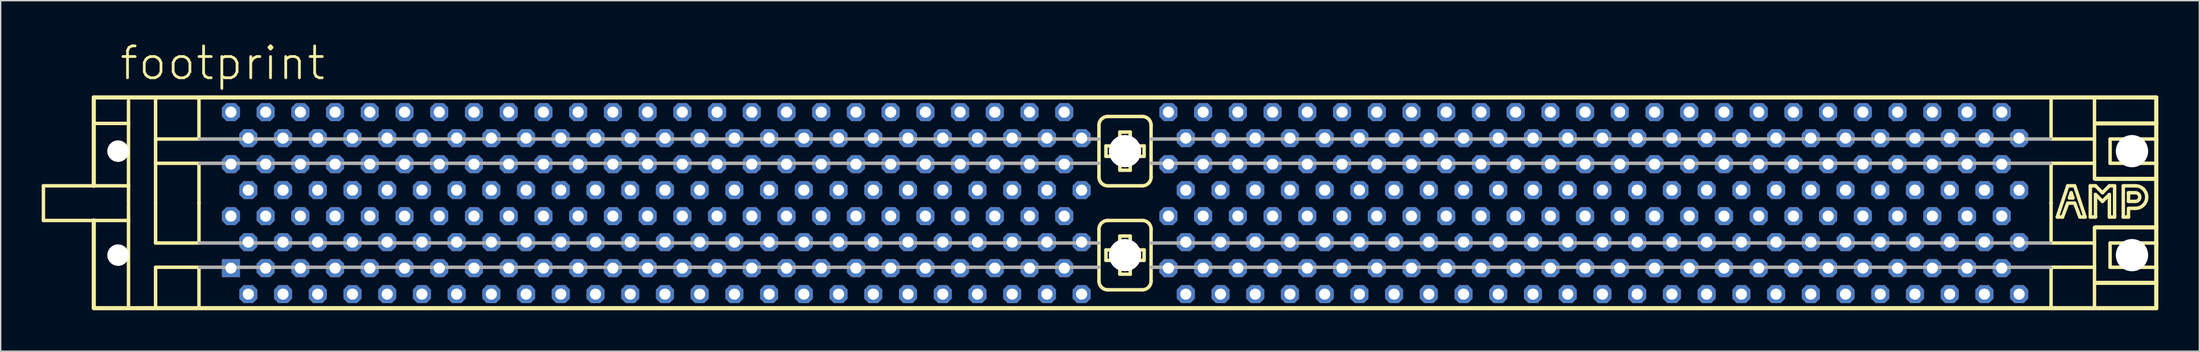
<source format=kicad_pcb>
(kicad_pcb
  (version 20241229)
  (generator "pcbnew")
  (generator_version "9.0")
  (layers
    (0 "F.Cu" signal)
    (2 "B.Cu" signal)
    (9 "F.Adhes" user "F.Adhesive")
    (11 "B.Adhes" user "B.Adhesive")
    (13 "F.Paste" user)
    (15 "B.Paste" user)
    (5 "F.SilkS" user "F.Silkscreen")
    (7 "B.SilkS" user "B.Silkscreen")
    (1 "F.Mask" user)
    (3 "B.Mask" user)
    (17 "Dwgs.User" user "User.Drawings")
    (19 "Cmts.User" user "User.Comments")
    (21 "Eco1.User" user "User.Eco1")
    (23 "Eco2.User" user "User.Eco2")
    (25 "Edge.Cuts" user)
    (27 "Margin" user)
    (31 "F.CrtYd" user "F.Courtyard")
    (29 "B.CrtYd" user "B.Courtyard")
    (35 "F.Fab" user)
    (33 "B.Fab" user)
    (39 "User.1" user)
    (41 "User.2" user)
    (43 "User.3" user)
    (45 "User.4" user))
  (footprint "footprint"
    (layer "F.Cu")
    (at 79.248 11.836)
    (property "Reference" "footprint" (at -73.66 -8.89 0) (layer "F.SilkS") (effects (font (size 2.337 2.337) (thickness 0.203)) (justify left bottom)))
    (fp_line (start -79.121 -1.27) (end -79.121 1.27) (stroke (width 0.254) (type solid)) (layer "F.SilkS"))
    (fp_line (start -79.121 1.27) (end -75.438 1.27) (stroke (width 0.254) (type solid)) (layer "F.SilkS"))
    (fp_line (start -75.438 -7.747) (end -75.438 -1.27) (stroke (width 0.305) (type solid)) (layer "F.SilkS"))
    (fp_line (start -75.438 -7.747) (end 75.438 -7.747) (stroke (width 0.305) (type solid)) (layer "F.SilkS"))
    (fp_line (start -75.438 -1.27) (end -79.121 -1.27) (stroke (width 0.254) (type solid)) (layer "F.SilkS"))
    (fp_line (start -75.438 -1.27) (end -72.898 -1.27) (stroke (width 0.254) (type solid)) (layer "F.SilkS"))
    (fp_line (start -75.438 1.27) (end -75.438 7.62) (stroke (width 0.305) (type solid)) (layer "F.SilkS"))
    (fp_line (start -75.438 1.27) (end -72.898 1.27) (stroke (width 0.254) (type solid)) (layer "F.SilkS"))
    (fp_line (start -75.311 -5.842) (end -72.898 -5.842) (stroke (width 0.254) (type solid)) (layer "F.SilkS"))
    (fp_line (start -72.898 -7.493) (end -72.898 -5.842) (stroke (width 0.254) (type solid)) (layer "F.SilkS"))
    (fp_line (start -72.898 -5.842) (end -72.898 -1.27) (stroke (width 0.254) (type solid)) (layer "F.SilkS"))
    (fp_line (start -72.898 -1.27) (end -72.898 0) (stroke (width 0.254) (type solid)) (layer "F.SilkS"))
    (fp_line (start -72.898 0.127) (end -72.898 1.27) (stroke (width 0.254) (type solid)) (layer "F.SilkS"))
    (fp_line (start -72.898 1.27) (end -72.898 7.62) (stroke (width 0.254) (type solid)) (layer "F.SilkS"))
    (fp_line (start -70.917 -7.671) (end -70.917 -4.699) (stroke (width 0.254) (type solid)) (layer "F.SilkS"))
    (fp_line (start -70.917 -4.699) (end -70.917 -2.921) (stroke (width 0.254) (type solid)) (layer "F.SilkS"))
    (fp_line (start -70.917 -4.699) (end -67.818 -4.699) (stroke (width 0.254) (type solid)) (layer "F.SilkS"))
    (fp_line (start -70.917 -2.921) (end -70.917 0) (stroke (width 0.254) (type solid)) (layer "F.SilkS"))
    (fp_line (start -70.917 -2.921) (end -67.818 -2.921) (stroke (width 0.254) (type solid)) (layer "F.SilkS"))
    (fp_line (start -70.917 -0.051) (end -70.917 0) (stroke (width 0.254) (type solid)) (layer "F.SilkS"))
    (fp_line (start -70.917 0) (end -70.917 2.921) (stroke (width 0.254) (type solid)) (layer "F.SilkS"))
    (fp_line (start -70.917 2.921) (end -67.818 2.921) (stroke (width 0.254) (type solid)) (layer "F.SilkS"))
    (fp_line (start -70.917 4.699) (end -70.917 7.62) (stroke (width 0.254) (type solid)) (layer "F.SilkS"))
    (fp_line (start -70.917 4.699) (end -67.818 4.699) (stroke (width 0.254) (type solid)) (layer "F.SilkS"))
    (fp_line (start -67.742 -7.671) (end -67.742 -4.699) (stroke (width 0.254) (type solid)) (layer "F.SilkS"))
    (fp_line (start -67.742 -2.921) (end -67.742 0) (stroke (width 0.254) (type solid)) (layer "F.SilkS"))
    (fp_line (start -67.742 -0.051) (end -67.742 0) (stroke (width 0.254) (type solid)) (layer "F.SilkS"))
    (fp_line (start -67.742 0) (end -67.742 2.921) (stroke (width 0.254) (type solid)) (layer "F.SilkS"))
    (fp_line (start -67.742 4.699) (end -67.742 7.62) (stroke (width 0.254) (type solid)) (layer "F.SilkS"))
    (fp_line (start -1.905 -5.715) (end -1.905 -1.905) (stroke (width 0.254) (type solid)) (layer "F.SilkS"))
    (fp_line (start -1.905 1.905) (end -1.905 5.715) (stroke (width 0.254) (type solid)) (layer "F.SilkS"))
    (fp_line (start -1.397 -4.191) (end -1.397 -3.429) (stroke (width 0.254) (type solid)) (layer "F.SilkS"))
    (fp_line (start -1.397 -3.429) (end -0.381 -3.429) (stroke (width 0.254) (type solid)) (layer "F.SilkS"))
    (fp_line (start -1.397 3.429) (end -1.397 4.191) (stroke (width 0.254) (type solid)) (layer "F.SilkS"))
    (fp_line (start -1.397 4.191) (end -0.381 4.191) (stroke (width 0.254) (type solid)) (layer "F.SilkS"))
    (fp_line (start -1.27 -1.27) (end 1.27 -1.27) (stroke (width 0.254) (type solid)) (layer "F.SilkS"))
    (fp_line (start -1.27 6.35) (end 1.27 6.35) (stroke (width 0.254) (type solid)) (layer "F.SilkS"))
    (fp_line (start -0.381 -5.207) (end -0.381 -4.191) (stroke (width 0.254) (type solid)) (layer "F.SilkS"))
    (fp_line (start -0.381 -4.191) (end -1.397 -4.191) (stroke (width 0.254) (type solid)) (layer "F.SilkS"))
    (fp_line (start -0.381 -3.429) (end -0.381 -2.413) (stroke (width 0.254) (type solid)) (layer "F.SilkS"))
    (fp_line (start -0.381 -2.413) (end 0.381 -2.413) (stroke (width 0.254) (type solid)) (layer "F.SilkS"))
    (fp_line (start -0.381 2.413) (end -0.381 3.429) (stroke (width 0.254) (type solid)) (layer "F.SilkS"))
    (fp_line (start -0.381 3.429) (end -1.397 3.429) (stroke (width 0.254) (type solid)) (layer "F.SilkS"))
    (fp_line (start -0.381 4.191) (end -0.381 5.207) (stroke (width 0.254) (type solid)) (layer "F.SilkS"))
    (fp_line (start -0.381 5.207) (end 0.381 5.207) (stroke (width 0.254) (type solid)) (layer "F.SilkS"))
    (fp_line (start 0.381 -5.207) (end -0.381 -5.207) (stroke (width 0.254) (type solid)) (layer "F.SilkS"))
    (fp_line (start 0.381 -4.191) (end 0.381 -5.207) (stroke (width 0.254) (type solid)) (layer "F.SilkS"))
    (fp_line (start 0.381 -3.429) (end 1.397 -3.429) (stroke (width 0.254) (type solid)) (layer "F.SilkS"))
    (fp_line (start 0.381 -2.413) (end 0.381 -3.429) (stroke (width 0.254) (type solid)) (layer "F.SilkS"))
    (fp_line (start 0.381 2.413) (end -0.381 2.413) (stroke (width 0.254) (type solid)) (layer "F.SilkS"))
    (fp_line (start 0.381 3.429) (end 0.381 2.413) (stroke (width 0.254) (type solid)) (layer "F.SilkS"))
    (fp_line (start 0.381 4.191) (end 1.397 4.191) (stroke (width 0.254) (type solid)) (layer "F.SilkS"))
    (fp_line (start 0.381 5.207) (end 0.381 4.191) (stroke (width 0.254) (type solid)) (layer "F.SilkS"))
    (fp_line (start 1.27 -6.35) (end -1.27 -6.35) (stroke (width 0.254) (type solid)) (layer "F.SilkS"))
    (fp_line (start 1.27 1.27) (end -1.27 1.27) (stroke (width 0.254) (type solid)) (layer "F.SilkS"))
    (fp_line (start 1.397 -4.191) (end 0.381 -4.191) (stroke (width 0.254) (type solid)) (layer "F.SilkS"))
    (fp_line (start 1.397 -3.429) (end 1.397 -4.191) (stroke (width 0.254) (type solid)) (layer "F.SilkS"))
    (fp_line (start 1.397 3.429) (end 0.381 3.429) (stroke (width 0.254) (type solid)) (layer "F.SilkS"))
    (fp_line (start 1.397 4.191) (end 1.397 3.429) (stroke (width 0.254) (type solid)) (layer "F.SilkS"))
    (fp_line (start 1.905 -1.905) (end 1.905 -5.715) (stroke (width 0.254) (type solid)) (layer "F.SilkS"))
    (fp_line (start 1.905 5.715) (end 1.905 1.905) (stroke (width 0.254) (type solid)) (layer "F.SilkS"))
    (fp_line (start 67.742 -7.671) (end 67.742 -4.699) (stroke (width 0.254) (type solid)) (layer "F.SilkS"))
    (fp_line (start 67.742 -2.921) (end 67.742 0) (stroke (width 0.254) (type solid)) (layer "F.SilkS"))
    (fp_line (start 67.742 -0.051) (end 67.742 0) (stroke (width 0.254) (type solid)) (layer "F.SilkS"))
    (fp_line (start 67.742 0) (end 67.742 2.921) (stroke (width 0.254) (type solid)) (layer "F.SilkS"))
    (fp_line (start 67.742 4.699) (end 67.742 7.62) (stroke (width 0.254) (type solid)) (layer "F.SilkS"))
    (fp_line (start 68.199 1.016) (end 68.961 -1.27) (stroke (width 0.254) (type solid)) (layer "F.SilkS"))
    (fp_line (start 68.58 1.016) (end 68.199 1.016) (stroke (width 0.254) (type solid)) (layer "F.SilkS"))
    (fp_line (start 68.961 -1.27) (end 69.469 -1.27) (stroke (width 0.254) (type solid)) (layer "F.SilkS"))
    (fp_line (start 68.961 0) (end 68.58 1.016) (stroke (width 0.254) (type solid)) (layer "F.SilkS"))
    (fp_line (start 69.088 -0.381) (end 69.342 -0.381) (stroke (width 0.254) (type solid)) (layer "F.SilkS"))
    (fp_line (start 69.215 -0.762) (end 69.088 -0.381) (stroke (width 0.254) (type solid)) (layer "F.SilkS"))
    (fp_line (start 69.342 -0.381) (end 69.215 -0.762) (stroke (width 0.254) (type solid)) (layer "F.SilkS"))
    (fp_line (start 69.469 -1.27) (end 70.231 1.016) (stroke (width 0.254) (type solid)) (layer "F.SilkS"))
    (fp_line (start 69.469 0) (end 68.961 0) (stroke (width 0.254) (type solid)) (layer "F.SilkS"))
    (fp_line (start 69.85 1.016) (end 69.469 0) (stroke (width 0.254) (type solid)) (layer "F.SilkS"))
    (fp_line (start 70.231 1.016) (end 69.85 1.016) (stroke (width 0.254) (type solid)) (layer "F.SilkS"))
    (fp_line (start 70.612 -1.27) (end 70.993 -1.27) (stroke (width 0.254) (type solid)) (layer "F.SilkS"))
    (fp_line (start 70.612 1.016) (end 70.612 -1.27) (stroke (width 0.254) (type solid)) (layer "F.SilkS"))
    (fp_line (start 70.917 -7.671) (end 70.917 -4.699) (stroke (width 0.254) (type solid)) (layer "F.SilkS"))
    (fp_line (start 70.917 -4.699) (end 67.818 -4.699) (stroke (width 0.254) (type solid)) (layer "F.SilkS"))
    (fp_line (start 70.917 -4.699) (end 70.917 -2.921) (stroke (width 0.254) (type solid)) (layer "F.SilkS"))
    (fp_line (start 70.917 -2.921) (end 67.818 -2.921) (stroke (width 0.254) (type solid)) (layer "F.SilkS"))
    (fp_line (start 70.917 -2.921) (end 70.917 -1.778) (stroke (width 0.254) (type solid)) (layer "F.SilkS"))
    (fp_line (start 70.917 1.778) (end 70.917 2.921) (stroke (width 0.254) (type solid)) (layer "F.SilkS"))
    (fp_line (start 70.917 2.921) (end 67.818 2.921) (stroke (width 0.254) (type solid)) (layer "F.SilkS"))
    (fp_line (start 70.917 2.921) (end 70.917 4.699) (stroke (width 0.254) (type solid)) (layer "F.SilkS"))
    (fp_line (start 70.917 4.699) (end 67.818 4.699) (stroke (width 0.254) (type solid)) (layer "F.SilkS"))
    (fp_line (start 70.917 4.699) (end 70.917 7.62) (stroke (width 0.254) (type solid)) (layer "F.SilkS"))
    (fp_line (start 70.993 -1.27) (end 71.501 -0.762) (stroke (width 0.254) (type solid)) (layer "F.SilkS"))
    (fp_line (start 70.993 -0.635) (end 70.993 1.016) (stroke (width 0.254) (type solid)) (layer "F.SilkS"))
    (fp_line (start 70.993 1.016) (end 70.612 1.016) (stroke (width 0.254) (type solid)) (layer "F.SilkS"))
    (fp_line (start 71.501 -0.762) (end 72.009 -1.27) (stroke (width 0.254) (type solid)) (layer "F.SilkS"))
    (fp_line (start 71.501 -0.127) (end 70.993 -0.635) (stroke (width 0.254) (type solid)) (layer "F.SilkS"))
    (fp_line (start 72.009 -1.27) (end 72.39 -1.27) (stroke (width 0.254) (type solid)) (layer "F.SilkS"))
    (fp_line (start 72.009 -0.635) (end 71.501 -0.127) (stroke (width 0.254) (type solid)) (layer "F.SilkS"))
    (fp_line (start 72.009 1.016) (end 72.009 -0.635) (stroke (width 0.254) (type solid)) (layer "F.SilkS"))
    (fp_line (start 72.06 -4.699) (end 72.06 -2.921) (stroke (width 0.254) (type solid)) (layer "F.SilkS"))
    (fp_line (start 72.06 2.921) (end 72.06 4.699) (stroke (width 0.254) (type solid)) (layer "F.SilkS"))
    (fp_line (start 72.39 -1.27) (end 72.39 1.016) (stroke (width 0.254) (type solid)) (layer "F.SilkS"))
    (fp_line (start 72.39 1.016) (end 72.009 1.016) (stroke (width 0.254) (type solid)) (layer "F.SilkS"))
    (fp_line (start 73.025 -1.27) (end 73.914 -1.27) (stroke (width 0.254) (type solid)) (layer "F.SilkS"))
    (fp_line (start 73.025 1.016) (end 73.025 -1.27) (stroke (width 0.254) (type solid)) (layer "F.SilkS"))
    (fp_line (start 73.025 1.016) (end 73.406 1.016) (stroke (width 0.254) (type solid)) (layer "F.SilkS"))
    (fp_line (start 73.406 -0.762) (end 73.914 -0.762) (stroke (width 0.254) (type solid)) (layer "F.SilkS"))
    (fp_line (start 73.406 -0.127) (end 73.406 -0.762) (stroke (width 0.254) (type solid)) (layer "F.SilkS"))
    (fp_line (start 73.406 0.381) (end 73.914 0.381) (stroke (width 0.254) (type solid)) (layer "F.SilkS"))
    (fp_line (start 73.406 1.016) (end 73.406 0.508) (stroke (width 0.254) (type solid)) (layer "F.SilkS"))
    (fp_line (start 73.914 -0.127) (end 73.406 -0.127) (stroke (width 0.254) (type solid)) (layer "F.SilkS"))
    (fp_line (start 75.438 -7.747) (end 75.438 -5.842) (stroke (width 0.305) (type solid)) (layer "F.SilkS"))
    (fp_line (start 75.438 -5.842) (end 70.993 -5.842) (stroke (width 0.305) (type solid)) (layer "F.SilkS"))
    (fp_line (start 75.438 -5.842) (end 75.438 -4.699) (stroke (width 0.305) (type solid)) (layer "F.SilkS"))
    (fp_line (start 75.438 -4.699) (end 72.06 -4.699) (stroke (width 0.254) (type solid)) (layer "F.SilkS"))
    (fp_line (start 75.438 -4.699) (end 75.438 -2.921) (stroke (width 0.305) (type solid)) (layer "F.SilkS"))
    (fp_line (start 75.438 -2.921) (end 72.06 -2.921) (stroke (width 0.254) (type solid)) (layer "F.SilkS"))
    (fp_line (start 75.438 -2.921) (end 75.438 -1.778) (stroke (width 0.305) (type solid)) (layer "F.SilkS"))
    (fp_line (start 75.438 -1.778) (end 70.993 -1.778) (stroke (width 0.305) (type solid)) (layer "F.SilkS"))
    (fp_line (start 75.438 -1.778) (end 75.438 1.778) (stroke (width 0.305) (type solid)) (layer "F.SilkS"))
    (fp_line (start 75.438 1.778) (end 70.993 1.778) (stroke (width 0.305) (type solid)) (layer "F.SilkS"))
    (fp_line (start 75.438 1.778) (end 75.438 2.921) (stroke (width 0.305) (type solid)) (layer "F.SilkS"))
    (fp_line (start 75.438 2.921) (end 72.06 2.921) (stroke (width 0.254) (type solid)) (layer "F.SilkS"))
    (fp_line (start 75.438 2.921) (end 75.438 4.699) (stroke (width 0.305) (type solid)) (layer "F.SilkS"))
    (fp_line (start 75.438 4.699) (end 72.06 4.699) (stroke (width 0.254) (type solid)) (layer "F.SilkS"))
    (fp_line (start 75.438 4.699) (end 75.438 5.842) (stroke (width 0.305) (type solid)) (layer "F.SilkS"))
    (fp_line (start 75.438 5.842) (end 70.993 5.842) (stroke (width 0.305) (type solid)) (layer "F.SilkS"))
    (fp_line (start 75.438 5.842) (end 75.438 7.696) (stroke (width 0.305) (type solid)) (layer "F.SilkS"))
    (fp_line (start 75.438 7.696) (end -75.438 7.696) (stroke (width 0.305) (type solid)) (layer "F.SilkS"))
    (fp_arc (start -1.905 -5.715) (mid -1.719013 -6.164013) (end -1.27 -6.35) (stroke (width 0.254) (type solid)) (layer "F.SilkS"))
    (fp_arc (start -1.905 1.905) (mid -1.719013 1.455987) (end -1.27 1.27) (stroke (width 0.254) (type solid)) (layer "F.SilkS"))
    (fp_arc (start -1.27 -1.27) (mid -1.719013 -1.455987) (end -1.905 -1.905) (stroke (width 0.254) (type solid)) (layer "F.SilkS"))
    (fp_arc (start -1.27 6.35) (mid -1.719013 6.164013) (end -1.905 5.715) (stroke (width 0.254) (type solid)) (layer "F.SilkS"))
    (fp_arc (start 1.27 -6.35) (mid 1.719013 -6.164013) (end 1.905 -5.715) (stroke (width 0.254) (type solid)) (layer "F.SilkS"))
    (fp_arc (start 1.27 1.27) (mid 1.719013 1.455987) (end 1.905 1.905) (stroke (width 0.254) (type solid)) (layer "F.SilkS"))
    (fp_arc (start 1.905 -1.905) (mid 1.719013 -1.455987) (end 1.27 -1.27) (stroke (width 0.254) (type solid)) (layer "F.SilkS"))
    (fp_arc (start 1.905 5.715) (mid 1.719013 6.164013) (end 1.27 6.35) (stroke (width 0.254) (type solid)) (layer "F.SilkS"))
    (fp_arc (start 73.914 -1.27) (mid 74.7395 -0.4445) (end 73.914 0.381) (stroke (width 0.254) (type solid)) (layer "F.SilkS"))
    (fp_arc (start 73.914 -0.762) (mid 74.2315 -0.4445) (end 73.914 -0.127) (stroke (width 0.254) (type solid)) (layer "F.SilkS"))
    (fp_line (start -67.691 -4.699) (end -1.905 -4.699) (stroke (width 0.254) (type solid)) (layer "F.Fab"))
    (fp_line (start -67.691 -2.921) (end -1.905 -2.921) (stroke (width 0.254) (type solid)) (layer "F.Fab"))
    (fp_line (start -67.691 2.921) (end -1.905 2.921) (stroke (width 0.254) (type solid)) (layer "F.Fab"))
    (fp_line (start -67.691 4.699) (end -1.905 4.699) (stroke (width 0.254) (type solid)) (layer "F.Fab"))
    (fp_line (start 1.905 -4.699) (end 67.691 -4.699) (stroke (width 0.254) (type solid)) (layer "F.Fab"))
    (fp_line (start 1.905 -2.921) (end 67.691 -2.921) (stroke (width 0.254) (type solid)) (layer "F.Fab"))
    (fp_line (start 1.905 2.921) (end 67.691 2.921) (stroke (width 0.254) (type solid)) (layer "F.Fab"))
    (fp_line (start 1.905 4.699) (end 67.691 4.699) (stroke (width 0.254) (type solid)) (layer "F.Fab"))
    (pad "" np_thru_hole circle (at -73.66 -3.81) (size 1.575 1.575) (drill 1.575) (layers "*.Cu" "*.Mask"))
    (pad "" np_thru_hole circle (at -73.66 3.81) (size 1.575 1.575) (drill 1.575) (layers "*.Cu" "*.Mask"))
    (pad "" np_thru_hole circle (at 0 -3.81) (size 2.362 2.362) (drill 2.362) (layers "*.Cu" "*.Mask"))
    (pad "" np_thru_hole circle (at 0 3.81) (size 2.362 2.362) (drill 2.362) (layers "*.Cu" "*.Mask"))
    (pad "" np_thru_hole circle (at 73.66 -3.81) (size 2.362 2.362) (drill 2.362) (layers "*.Cu" "*.Mask"))
    (pad "" np_thru_hole circle (at 73.66 3.81) (size 2.362 2.362) (drill 2.362) (layers "*.Cu" "*.Mask"))
    (pad "1" thru_hole rect (at -65.405 4.763) (size 1.321 1.321) (drill 0.813) (layers "*.Cu" "*.Mask"))
    (pad "2" thru_hole roundrect (at -64.135 6.668) (size 1.321 1.321) (drill 0.813) (layers "*.Cu" "*.Mask") (roundrect_rratio 0.25) (chamfer_ratio 0.25) (chamfer top_left top_right bottom_left bottom_right))
    (pad "3" thru_hole roundrect (at -62.865 4.763) (size 1.321 1.321) (drill 0.813) (layers "*.Cu" "*.Mask") (roundrect_rratio 0.25) (chamfer_ratio 0.25) (chamfer top_left top_right bottom_left bottom_right))
    (pad "4" thru_hole roundrect (at -61.595 6.668) (size 1.321 1.321) (drill 0.813) (layers "*.Cu" "*.Mask") (roundrect_rratio 0.25) (chamfer_ratio 0.25) (chamfer top_left top_right bottom_left bottom_right))
    (pad "5" thru_hole roundrect (at -60.325 4.763) (size 1.321 1.321) (drill 0.813) (layers "*.Cu" "*.Mask") (roundrect_rratio 0.25) (chamfer_ratio 0.25) (chamfer top_left top_right bottom_left bottom_right))
    (pad "6" thru_hole roundrect (at -59.055 6.668) (size 1.321 1.321) (drill 0.813) (layers "*.Cu" "*.Mask") (roundrect_rratio 0.25) (chamfer_ratio 0.25) (chamfer top_left top_right bottom_left bottom_right))
    (pad "7" thru_hole roundrect (at -57.785 4.763) (size 1.321 1.321) (drill 0.813) (layers "*.Cu" "*.Mask") (roundrect_rratio 0.25) (chamfer_ratio 0.25) (chamfer top_left top_right bottom_left bottom_right))
    (pad "8" thru_hole roundrect (at -56.515 6.668) (size 1.321 1.321) (drill 0.813) (layers "*.Cu" "*.Mask") (roundrect_rratio 0.25) (chamfer_ratio 0.25) (chamfer top_left top_right bottom_left bottom_right))
    (pad "9" thru_hole roundrect (at -55.245 4.763) (size 1.321 1.321) (drill 0.813) (layers "*.Cu" "*.Mask") (roundrect_rratio 0.25) (chamfer_ratio 0.25) (chamfer top_left top_right bottom_left bottom_right))
    (pad "10" thru_hole roundrect (at -53.975 6.668) (size 1.321 1.321) (drill 0.813) (layers "*.Cu" "*.Mask") (roundrect_rratio 0.25) (chamfer_ratio 0.25) (chamfer top_left top_right bottom_left bottom_right))
    (pad "11" thru_hole roundrect (at -52.705 4.763) (size 1.321 1.321) (drill 0.813) (layers "*.Cu" "*.Mask") (roundrect_rratio 0.25) (chamfer_ratio 0.25) (chamfer top_left top_right bottom_left bottom_right))
    (pad "12" thru_hole roundrect (at -51.435 6.668) (size 1.321 1.321) (drill 0.813) (layers "*.Cu" "*.Mask") (roundrect_rratio 0.25) (chamfer_ratio 0.25) (chamfer top_left top_right bottom_left bottom_right))
    (pad "13" thru_hole roundrect (at -50.165 4.763) (size 1.321 1.321) (drill 0.813) (layers "*.Cu" "*.Mask") (roundrect_rratio 0.25) (chamfer_ratio 0.25) (chamfer top_left top_right bottom_left bottom_right))
    (pad "14" thru_hole roundrect (at -48.895 6.668) (size 1.321 1.321) (drill 0.813) (layers "*.Cu" "*.Mask") (roundrect_rratio 0.25) (chamfer_ratio 0.25) (chamfer top_left top_right bottom_left bottom_right))
    (pad "15" thru_hole roundrect (at -47.625 4.763) (size 1.321 1.321) (drill 0.813) (layers "*.Cu" "*.Mask") (roundrect_rratio 0.25) (chamfer_ratio 0.25) (chamfer top_left top_right bottom_left bottom_right))
    (pad "16" thru_hole roundrect (at -46.355 6.668) (size 1.321 1.321) (drill 0.813) (layers "*.Cu" "*.Mask") (roundrect_rratio 0.25) (chamfer_ratio 0.25) (chamfer top_left top_right bottom_left bottom_right))
    (pad "17" thru_hole roundrect (at -45.085 4.763) (size 1.321 1.321) (drill 0.813) (layers "*.Cu" "*.Mask") (roundrect_rratio 0.25) (chamfer_ratio 0.25) (chamfer top_left top_right bottom_left bottom_right))
    (pad "18" thru_hole roundrect (at -43.815 6.668) (size 1.321 1.321) (drill 0.813) (layers "*.Cu" "*.Mask") (roundrect_rratio 0.25) (chamfer_ratio 0.25) (chamfer top_left top_right bottom_left bottom_right))
    (pad "19" thru_hole roundrect (at -42.545 4.763) (size 1.321 1.321) (drill 0.813) (layers "*.Cu" "*.Mask") (roundrect_rratio 0.25) (chamfer_ratio 0.25) (chamfer top_left top_right bottom_left bottom_right))
    (pad "20" thru_hole roundrect (at -41.275 6.668) (size 1.321 1.321) (drill 0.813) (layers "*.Cu" "*.Mask") (roundrect_rratio 0.25) (chamfer_ratio 0.25) (chamfer top_left top_right bottom_left bottom_right))
    (pad "21" thru_hole roundrect (at -40.005 4.763) (size 1.321 1.321) (drill 0.813) (layers "*.Cu" "*.Mask") (roundrect_rratio 0.25) (chamfer_ratio 0.25) (chamfer top_left top_right bottom_left bottom_right))
    (pad "22" thru_hole roundrect (at -38.735 6.668) (size 1.321 1.321) (drill 0.813) (layers "*.Cu" "*.Mask") (roundrect_rratio 0.25) (chamfer_ratio 0.25) (chamfer top_left top_right bottom_left bottom_right))
    (pad "23" thru_hole roundrect (at -37.465 4.763) (size 1.321 1.321) (drill 0.813) (layers "*.Cu" "*.Mask") (roundrect_rratio 0.25) (chamfer_ratio 0.25) (chamfer top_left top_right bottom_left bottom_right))
    (pad "24" thru_hole roundrect (at -36.195 6.668) (size 1.321 1.321) (drill 0.813) (layers "*.Cu" "*.Mask") (roundrect_rratio 0.25) (chamfer_ratio 0.25) (chamfer top_left top_right bottom_left bottom_right))
    (pad "25" thru_hole roundrect (at -34.925 4.763) (size 1.321 1.321) (drill 0.813) (layers "*.Cu" "*.Mask") (roundrect_rratio 0.25) (chamfer_ratio 0.25) (chamfer top_left top_right bottom_left bottom_right))
    (pad "26" thru_hole roundrect (at -33.655 6.668) (size 1.321 1.321) (drill 0.813) (layers "*.Cu" "*.Mask") (roundrect_rratio 0.25) (chamfer_ratio 0.25) (chamfer top_left top_right bottom_left bottom_right))
    (pad "27" thru_hole roundrect (at -32.385 4.763) (size 1.321 1.321) (drill 0.813) (layers "*.Cu" "*.Mask") (roundrect_rratio 0.25) (chamfer_ratio 0.25) (chamfer top_left top_right bottom_left bottom_right))
    (pad "28" thru_hole roundrect (at -31.115 6.668) (size 1.321 1.321) (drill 0.813) (layers "*.Cu" "*.Mask") (roundrect_rratio 0.25) (chamfer_ratio 0.25) (chamfer top_left top_right bottom_left bottom_right))
    (pad "29" thru_hole roundrect (at -29.845 4.763) (size 1.321 1.321) (drill 0.813) (layers "*.Cu" "*.Mask") (roundrect_rratio 0.25) (chamfer_ratio 0.25) (chamfer top_left top_right bottom_left bottom_right))
    (pad "30" thru_hole roundrect (at -28.575 6.668) (size 1.321 1.321) (drill 0.813) (layers "*.Cu" "*.Mask") (roundrect_rratio 0.25) (chamfer_ratio 0.25) (chamfer top_left top_right bottom_left bottom_right))
    (pad "31" thru_hole roundrect (at -27.305 4.763) (size 1.321 1.321) (drill 0.813) (layers "*.Cu" "*.Mask") (roundrect_rratio 0.25) (chamfer_ratio 0.25) (chamfer top_left top_right bottom_left bottom_right))
    (pad "32" thru_hole roundrect (at -26.035 6.668) (size 1.321 1.321) (drill 0.813) (layers "*.Cu" "*.Mask") (roundrect_rratio 0.25) (chamfer_ratio 0.25) (chamfer top_left top_right bottom_left bottom_right))
    (pad "33" thru_hole roundrect (at -24.765 4.763) (size 1.321 1.321) (drill 0.813) (layers "*.Cu" "*.Mask") (roundrect_rratio 0.25) (chamfer_ratio 0.25) (chamfer top_left top_right bottom_left bottom_right))
    (pad "34" thru_hole roundrect (at -23.495 6.668) (size 1.321 1.321) (drill 0.813) (layers "*.Cu" "*.Mask") (roundrect_rratio 0.25) (chamfer_ratio 0.25) (chamfer top_left top_right bottom_left bottom_right))
    (pad "35" thru_hole roundrect (at -22.225 4.763) (size 1.321 1.321) (drill 0.813) (layers "*.Cu" "*.Mask") (roundrect_rratio 0.25) (chamfer_ratio 0.25) (chamfer top_left top_right bottom_left bottom_right))
    (pad "36" thru_hole roundrect (at -20.955 6.668) (size 1.321 1.321) (drill 0.813) (layers "*.Cu" "*.Mask") (roundrect_rratio 0.25) (chamfer_ratio 0.25) (chamfer top_left top_right bottom_left bottom_right))
    (pad "37" thru_hole roundrect (at -19.685 4.763) (size 1.321 1.321) (drill 0.813) (layers "*.Cu" "*.Mask") (roundrect_rratio 0.25) (chamfer_ratio 0.25) (chamfer top_left top_right bottom_left bottom_right))
    (pad "38" thru_hole roundrect (at -18.415 6.668) (size 1.321 1.321) (drill 0.813) (layers "*.Cu" "*.Mask") (roundrect_rratio 0.25) (chamfer_ratio 0.25) (chamfer top_left top_right bottom_left bottom_right))
    (pad "39" thru_hole roundrect (at -17.145 4.763) (size 1.321 1.321) (drill 0.813) (layers "*.Cu" "*.Mask") (roundrect_rratio 0.25) (chamfer_ratio 0.25) (chamfer top_left top_right bottom_left bottom_right))
    (pad "40" thru_hole roundrect (at -15.875 6.668) (size 1.321 1.321) (drill 0.813) (layers "*.Cu" "*.Mask") (roundrect_rratio 0.25) (chamfer_ratio 0.25) (chamfer top_left top_right bottom_left bottom_right))
    (pad "41" thru_hole roundrect (at -14.605 4.763) (size 1.321 1.321) (drill 0.813) (layers "*.Cu" "*.Mask") (roundrect_rratio 0.25) (chamfer_ratio 0.25) (chamfer top_left top_right bottom_left bottom_right))
    (pad "42" thru_hole roundrect (at -13.335 6.668) (size 1.321 1.321) (drill 0.813) (layers "*.Cu" "*.Mask") (roundrect_rratio 0.25) (chamfer_ratio 0.25) (chamfer top_left top_right bottom_left bottom_right))
    (pad "43" thru_hole roundrect (at -12.065 4.763) (size 1.321 1.321) (drill 0.813) (layers "*.Cu" "*.Mask") (roundrect_rratio 0.25) (chamfer_ratio 0.25) (chamfer top_left top_right bottom_left bottom_right))
    (pad "44" thru_hole roundrect (at -10.795 6.668) (size 1.321 1.321) (drill 0.813) (layers "*.Cu" "*.Mask") (roundrect_rratio 0.25) (chamfer_ratio 0.25) (chamfer top_left top_right bottom_left bottom_right))
    (pad "45" thru_hole roundrect (at -9.525 4.763) (size 1.321 1.321) (drill 0.813) (layers "*.Cu" "*.Mask") (roundrect_rratio 0.25) (chamfer_ratio 0.25) (chamfer top_left top_right bottom_left bottom_right))
    (pad "46" thru_hole roundrect (at -8.255 6.668) (size 1.321 1.321) (drill 0.813) (layers "*.Cu" "*.Mask") (roundrect_rratio 0.25) (chamfer_ratio 0.25) (chamfer top_left top_right bottom_left bottom_right))
    (pad "47" thru_hole roundrect (at -6.985 4.763) (size 1.321 1.321) (drill 0.813) (layers "*.Cu" "*.Mask") (roundrect_rratio 0.25) (chamfer_ratio 0.25) (chamfer top_left top_right bottom_left bottom_right))
    (pad "48" thru_hole roundrect (at -5.715 6.668) (size 1.321 1.321) (drill 0.813) (layers "*.Cu" "*.Mask") (roundrect_rratio 0.25) (chamfer_ratio 0.25) (chamfer top_left top_right bottom_left bottom_right))
    (pad "49" thru_hole roundrect (at -4.445 4.763) (size 1.321 1.321) (drill 0.813) (layers "*.Cu" "*.Mask") (roundrect_rratio 0.25) (chamfer_ratio 0.25) (chamfer top_left top_right bottom_left bottom_right))
    (pad "50" thru_hole roundrect (at -3.175 6.668) (size 1.321 1.321) (drill 0.813) (layers "*.Cu" "*.Mask") (roundrect_rratio 0.25) (chamfer_ratio 0.25) (chamfer top_left top_right bottom_left bottom_right))
    (pad "51" thru_hole roundrect (at 3.175 4.763) (size 1.321 1.321) (drill 0.813) (layers "*.Cu" "*.Mask") (roundrect_rratio 0.25) (chamfer_ratio 0.25) (chamfer top_left top_right bottom_left bottom_right))
    (pad "52" thru_hole roundrect (at 4.445 6.668) (size 1.321 1.321) (drill 0.813) (layers "*.Cu" "*.Mask") (roundrect_rratio 0.25) (chamfer_ratio 0.25) (chamfer top_left top_right bottom_left bottom_right))
    (pad "53" thru_hole roundrect (at 5.715 4.763) (size 1.321 1.321) (drill 0.813) (layers "*.Cu" "*.Mask") (roundrect_rratio 0.25) (chamfer_ratio 0.25) (chamfer top_left top_right bottom_left bottom_right))
    (pad "54" thru_hole roundrect (at 6.985 6.668) (size 1.321 1.321) (drill 0.813) (layers "*.Cu" "*.Mask") (roundrect_rratio 0.25) (chamfer_ratio 0.25) (chamfer top_left top_right bottom_left bottom_right))
    (pad "55" thru_hole roundrect (at 8.255 4.763) (size 1.321 1.321) (drill 0.813) (layers "*.Cu" "*.Mask") (roundrect_rratio 0.25) (chamfer_ratio 0.25) (chamfer top_left top_right bottom_left bottom_right))
    (pad "56" thru_hole roundrect (at 9.525 6.668) (size 1.321 1.321) (drill 0.813) (layers "*.Cu" "*.Mask") (roundrect_rratio 0.25) (chamfer_ratio 0.25) (chamfer top_left top_right bottom_left bottom_right))
    (pad "57" thru_hole roundrect (at 10.795 4.763) (size 1.321 1.321) (drill 0.813) (layers "*.Cu" "*.Mask") (roundrect_rratio 0.25) (chamfer_ratio 0.25) (chamfer top_left top_right bottom_left bottom_right))
    (pad "58" thru_hole roundrect (at 12.065 6.668) (size 1.321 1.321) (drill 0.813) (layers "*.Cu" "*.Mask") (roundrect_rratio 0.25) (chamfer_ratio 0.25) (chamfer top_left top_right bottom_left bottom_right))
    (pad "59" thru_hole roundrect (at 13.335 4.763) (size 1.321 1.321) (drill 0.813) (layers "*.Cu" "*.Mask") (roundrect_rratio 0.25) (chamfer_ratio 0.25) (chamfer top_left top_right bottom_left bottom_right))
    (pad "60" thru_hole roundrect (at 14.605 6.668) (size 1.321 1.321) (drill 0.813) (layers "*.Cu" "*.Mask") (roundrect_rratio 0.25) (chamfer_ratio 0.25) (chamfer top_left top_right bottom_left bottom_right))
    (pad "61" thru_hole roundrect (at 15.875 4.763) (size 1.321 1.321) (drill 0.813) (layers "*.Cu" "*.Mask") (roundrect_rratio 0.25) (chamfer_ratio 0.25) (chamfer top_left top_right bottom_left bottom_right))
    (pad "62" thru_hole roundrect (at 17.145 6.668) (size 1.321 1.321) (drill 0.813) (layers "*.Cu" "*.Mask") (roundrect_rratio 0.25) (chamfer_ratio 0.25) (chamfer top_left top_right bottom_left bottom_right))
    (pad "63" thru_hole roundrect (at 18.415 4.763) (size 1.321 1.321) (drill 0.813) (layers "*.Cu" "*.Mask") (roundrect_rratio 0.25) (chamfer_ratio 0.25) (chamfer top_left top_right bottom_left bottom_right))
    (pad "64" thru_hole roundrect (at 19.685 6.668) (size 1.321 1.321) (drill 0.813) (layers "*.Cu" "*.Mask") (roundrect_rratio 0.25) (chamfer_ratio 0.25) (chamfer top_left top_right bottom_left bottom_right))
    (pad "65" thru_hole roundrect (at 20.955 4.763) (size 1.321 1.321) (drill 0.813) (layers "*.Cu" "*.Mask") (roundrect_rratio 0.25) (chamfer_ratio 0.25) (chamfer top_left top_right bottom_left bottom_right))
    (pad "66" thru_hole roundrect (at 22.225 6.668) (size 1.321 1.321) (drill 0.813) (layers "*.Cu" "*.Mask") (roundrect_rratio 0.25) (chamfer_ratio 0.25) (chamfer top_left top_right bottom_left bottom_right))
    (pad "67" thru_hole roundrect (at 23.495 4.763) (size 1.321 1.321) (drill 0.813) (layers "*.Cu" "*.Mask") (roundrect_rratio 0.25) (chamfer_ratio 0.25) (chamfer top_left top_right bottom_left bottom_right))
    (pad "68" thru_hole roundrect (at 24.765 6.668) (size 1.321 1.321) (drill 0.813) (layers "*.Cu" "*.Mask") (roundrect_rratio 0.25) (chamfer_ratio 0.25) (chamfer top_left top_right bottom_left bottom_right))
    (pad "69" thru_hole roundrect (at 26.035 4.763) (size 1.321 1.321) (drill 0.813) (layers "*.Cu" "*.Mask") (roundrect_rratio 0.25) (chamfer_ratio 0.25) (chamfer top_left top_right bottom_left bottom_right))
    (pad "70" thru_hole roundrect (at 27.305 6.668) (size 1.321 1.321) (drill 0.813) (layers "*.Cu" "*.Mask") (roundrect_rratio 0.25) (chamfer_ratio 0.25) (chamfer top_left top_right bottom_left bottom_right))
    (pad "71" thru_hole roundrect (at 28.575 4.763) (size 1.321 1.321) (drill 0.813) (layers "*.Cu" "*.Mask") (roundrect_rratio 0.25) (chamfer_ratio 0.25) (chamfer top_left top_right bottom_left bottom_right))
    (pad "72" thru_hole roundrect (at 29.845 6.668) (size 1.321 1.321) (drill 0.813) (layers "*.Cu" "*.Mask") (roundrect_rratio 0.25) (chamfer_ratio 0.25) (chamfer top_left top_right bottom_left bottom_right))
    (pad "73" thru_hole roundrect (at 31.115 4.763) (size 1.321 1.321) (drill 0.813) (layers "*.Cu" "*.Mask") (roundrect_rratio 0.25) (chamfer_ratio 0.25) (chamfer top_left top_right bottom_left bottom_right))
    (pad "74" thru_hole roundrect (at 32.385 6.668) (size 1.321 1.321) (drill 0.813) (layers "*.Cu" "*.Mask") (roundrect_rratio 0.25) (chamfer_ratio 0.25) (chamfer top_left top_right bottom_left bottom_right))
    (pad "75" thru_hole roundrect (at 33.655 4.763) (size 1.321 1.321) (drill 0.813) (layers "*.Cu" "*.Mask") (roundrect_rratio 0.25) (chamfer_ratio 0.25) (chamfer top_left top_right bottom_left bottom_right))
    (pad "76" thru_hole roundrect (at 34.925 6.668) (size 1.321 1.321) (drill 0.813) (layers "*.Cu" "*.Mask") (roundrect_rratio 0.25) (chamfer_ratio 0.25) (chamfer top_left top_right bottom_left bottom_right))
    (pad "77" thru_hole roundrect (at 36.195 4.763) (size 1.321 1.321) (drill 0.813) (layers "*.Cu" "*.Mask") (roundrect_rratio 0.25) (chamfer_ratio 0.25) (chamfer top_left top_right bottom_left bottom_right))
    (pad "78" thru_hole roundrect (at 37.465 6.668) (size 1.321 1.321) (drill 0.813) (layers "*.Cu" "*.Mask") (roundrect_rratio 0.25) (chamfer_ratio 0.25) (chamfer top_left top_right bottom_left bottom_right))
    (pad "79" thru_hole roundrect (at 38.735 4.763) (size 1.321 1.321) (drill 0.813) (layers "*.Cu" "*.Mask") (roundrect_rratio 0.25) (chamfer_ratio 0.25) (chamfer top_left top_right bottom_left bottom_right))
    (pad "80" thru_hole roundrect (at 40.005 6.668) (size 1.321 1.321) (drill 0.813) (layers "*.Cu" "*.Mask") (roundrect_rratio 0.25) (chamfer_ratio 0.25) (chamfer top_left top_right bottom_left bottom_right))
    (pad "81" thru_hole roundrect (at 41.275 4.763) (size 1.321 1.321) (drill 0.813) (layers "*.Cu" "*.Mask") (roundrect_rratio 0.25) (chamfer_ratio 0.25) (chamfer top_left top_right bottom_left bottom_right))
    (pad "82" thru_hole roundrect (at 42.545 6.668) (size 1.321 1.321) (drill 0.813) (layers "*.Cu" "*.Mask") (roundrect_rratio 0.25) (chamfer_ratio 0.25) (chamfer top_left top_right bottom_left bottom_right))
    (pad "83" thru_hole roundrect (at 43.815 4.763) (size 1.321 1.321) (drill 0.813) (layers "*.Cu" "*.Mask") (roundrect_rratio 0.25) (chamfer_ratio 0.25) (chamfer top_left top_right bottom_left bottom_right))
    (pad "84" thru_hole roundrect (at 45.085 6.668) (size 1.321 1.321) (drill 0.813) (layers "*.Cu" "*.Mask") (roundrect_rratio 0.25) (chamfer_ratio 0.25) (chamfer top_left top_right bottom_left bottom_right))
    (pad "85" thru_hole roundrect (at 46.355 4.763) (size 1.321 1.321) (drill 0.813) (layers "*.Cu" "*.Mask") (roundrect_rratio 0.25) (chamfer_ratio 0.25) (chamfer top_left top_right bottom_left bottom_right))
    (pad "86" thru_hole roundrect (at 47.625 6.668) (size 1.321 1.321) (drill 0.813) (layers "*.Cu" "*.Mask") (roundrect_rratio 0.25) (chamfer_ratio 0.25) (chamfer top_left top_right bottom_left bottom_right))
    (pad "87" thru_hole roundrect (at 48.895 4.763) (size 1.321 1.321) (drill 0.813) (layers "*.Cu" "*.Mask") (roundrect_rratio 0.25) (chamfer_ratio 0.25) (chamfer top_left top_right bottom_left bottom_right))
    (pad "88" thru_hole roundrect (at 50.165 6.668) (size 1.321 1.321) (drill 0.813) (layers "*.Cu" "*.Mask") (roundrect_rratio 0.25) (chamfer_ratio 0.25) (chamfer top_left top_right bottom_left bottom_right))
    (pad "89" thru_hole roundrect (at 51.435 4.763) (size 1.321 1.321) (drill 0.813) (layers "*.Cu" "*.Mask") (roundrect_rratio 0.25) (chamfer_ratio 0.25) (chamfer top_left top_right bottom_left bottom_right))
    (pad "90" thru_hole roundrect (at 52.705 6.668) (size 1.321 1.321) (drill 0.813) (layers "*.Cu" "*.Mask") (roundrect_rratio 0.25) (chamfer_ratio 0.25) (chamfer top_left top_right bottom_left bottom_right))
    (pad "91" thru_hole roundrect (at 53.975 4.763) (size 1.321 1.321) (drill 0.813) (layers "*.Cu" "*.Mask") (roundrect_rratio 0.25) (chamfer_ratio 0.25) (chamfer top_left top_right bottom_left bottom_right))
    (pad "92" thru_hole roundrect (at 55.245 6.668) (size 1.321 1.321) (drill 0.813) (layers "*.Cu" "*.Mask") (roundrect_rratio 0.25) (chamfer_ratio 0.25) (chamfer top_left top_right bottom_left bottom_right))
    (pad "93" thru_hole roundrect (at 56.515 4.763) (size 1.321 1.321) (drill 0.813) (layers "*.Cu" "*.Mask") (roundrect_rratio 0.25) (chamfer_ratio 0.25) (chamfer top_left top_right bottom_left bottom_right))
    (pad "94" thru_hole roundrect (at 57.785 6.668) (size 1.321 1.321) (drill 0.813) (layers "*.Cu" "*.Mask") (roundrect_rratio 0.25) (chamfer_ratio 0.25) (chamfer top_left top_right bottom_left bottom_right))
    (pad "95" thru_hole roundrect (at 59.055 4.763) (size 1.321 1.321) (drill 0.813) (layers "*.Cu" "*.Mask") (roundrect_rratio 0.25) (chamfer_ratio 0.25) (chamfer top_left top_right bottom_left bottom_right))
    (pad "96" thru_hole roundrect (at 60.325 6.668) (size 1.321 1.321) (drill 0.813) (layers "*.Cu" "*.Mask") (roundrect_rratio 0.25) (chamfer_ratio 0.25) (chamfer top_left top_right bottom_left bottom_right))
    (pad "97" thru_hole roundrect (at 61.595 4.763) (size 1.321 1.321) (drill 0.813) (layers "*.Cu" "*.Mask") (roundrect_rratio 0.25) (chamfer_ratio 0.25) (chamfer top_left top_right bottom_left bottom_right))
    (pad "98" thru_hole roundrect (at 62.865 6.668) (size 1.321 1.321) (drill 0.813) (layers "*.Cu" "*.Mask") (roundrect_rratio 0.25) (chamfer_ratio 0.25) (chamfer top_left top_right bottom_left bottom_right))
    (pad "99" thru_hole roundrect (at 64.135 4.763) (size 1.321 1.321) (drill 0.813) (layers "*.Cu" "*.Mask") (roundrect_rratio 0.25) (chamfer_ratio 0.25) (chamfer top_left top_right bottom_left bottom_right))
    (pad "100" thru_hole roundrect (at 65.405 6.668) (size 1.321 1.321) (drill 0.813) (layers "*.Cu" "*.Mask") (roundrect_rratio 0.25) (chamfer_ratio 0.25) (chamfer top_left top_right bottom_left bottom_right))
    (pad "101" thru_hole roundrect (at -65.405 0.953) (size 1.321 1.321) (drill 0.813) (layers "*.Cu" "*.Mask") (roundrect_rratio 0.25) (chamfer_ratio 0.25) (chamfer top_left top_right bottom_left bottom_right))
    (pad "102" thru_hole roundrect (at -64.135 2.857) (size 1.321 1.321) (drill 0.813) (layers "*.Cu" "*.Mask") (roundrect_rratio 0.25) (chamfer_ratio 0.25) (chamfer top_left top_right bottom_left bottom_right))
    (pad "103" thru_hole roundrect (at -62.865 0.953) (size 1.321 1.321) (drill 0.813) (layers "*.Cu" "*.Mask") (roundrect_rratio 0.25) (chamfer_ratio 0.25) (chamfer top_left top_right bottom_left bottom_right))
    (pad "104" thru_hole roundrect (at -61.595 2.857) (size 1.321 1.321) (drill 0.813) (layers "*.Cu" "*.Mask") (roundrect_rratio 0.25) (chamfer_ratio 0.25) (chamfer top_left top_right bottom_left bottom_right))
    (pad "105" thru_hole roundrect (at -60.325 0.953) (size 1.321 1.321) (drill 0.813) (layers "*.Cu" "*.Mask") (roundrect_rratio 0.25) (chamfer_ratio 0.25) (chamfer top_left top_right bottom_left bottom_right))
    (pad "106" thru_hole roundrect (at -59.055 2.857) (size 1.321 1.321) (drill 0.813) (layers "*.Cu" "*.Mask") (roundrect_rratio 0.25) (chamfer_ratio 0.25) (chamfer top_left top_right bottom_left bottom_right))
    (pad "107" thru_hole roundrect (at -57.785 0.953) (size 1.321 1.321) (drill 0.813) (layers "*.Cu" "*.Mask") (roundrect_rratio 0.25) (chamfer_ratio 0.25) (chamfer top_left top_right bottom_left bottom_right))
    (pad "108" thru_hole roundrect (at -56.515 2.857) (size 1.321 1.321) (drill 0.813) (layers "*.Cu" "*.Mask") (roundrect_rratio 0.25) (chamfer_ratio 0.25) (chamfer top_left top_right bottom_left bottom_right))
    (pad "109" thru_hole roundrect (at -55.245 0.953) (size 1.321 1.321) (drill 0.813) (layers "*.Cu" "*.Mask") (roundrect_rratio 0.25) (chamfer_ratio 0.25) (chamfer top_left top_right bottom_left bottom_right))
    (pad "110" thru_hole roundrect (at -53.975 2.857) (size 1.321 1.321) (drill 0.813) (layers "*.Cu" "*.Mask") (roundrect_rratio 0.25) (chamfer_ratio 0.25) (chamfer top_left top_right bottom_left bottom_right))
    (pad "111" thru_hole roundrect (at -52.705 0.953) (size 1.321 1.321) (drill 0.813) (layers "*.Cu" "*.Mask") (roundrect_rratio 0.25) (chamfer_ratio 0.25) (chamfer top_left top_right bottom_left bottom_right))
    (pad "112" thru_hole roundrect (at -51.435 2.857) (size 1.321 1.321) (drill 0.813) (layers "*.Cu" "*.Mask") (roundrect_rratio 0.25) (chamfer_ratio 0.25) (chamfer top_left top_right bottom_left bottom_right))
    (pad "113" thru_hole roundrect (at -50.165 0.953) (size 1.321 1.321) (drill 0.813) (layers "*.Cu" "*.Mask") (roundrect_rratio 0.25) (chamfer_ratio 0.25) (chamfer top_left top_right bottom_left bottom_right))
    (pad "114" thru_hole roundrect (at -48.895 2.857) (size 1.321 1.321) (drill 0.813) (layers "*.Cu" "*.Mask") (roundrect_rratio 0.25) (chamfer_ratio 0.25) (chamfer top_left top_right bottom_left bottom_right))
    (pad "115" thru_hole roundrect (at -47.625 0.953) (size 1.321 1.321) (drill 0.813) (layers "*.Cu" "*.Mask") (roundrect_rratio 0.25) (chamfer_ratio 0.25) (chamfer top_left top_right bottom_left bottom_right))
    (pad "116" thru_hole roundrect (at -46.355 2.857) (size 1.321 1.321) (drill 0.813) (layers "*.Cu" "*.Mask") (roundrect_rratio 0.25) (chamfer_ratio 0.25) (chamfer top_left top_right bottom_left bottom_right))
    (pad "117" thru_hole roundrect (at -45.085 0.953) (size 1.321 1.321) (drill 0.813) (layers "*.Cu" "*.Mask") (roundrect_rratio 0.25) (chamfer_ratio 0.25) (chamfer top_left top_right bottom_left bottom_right))
    (pad "118" thru_hole roundrect (at -43.815 2.857) (size 1.321 1.321) (drill 0.813) (layers "*.Cu" "*.Mask") (roundrect_rratio 0.25) (chamfer_ratio 0.25) (chamfer top_left top_right bottom_left bottom_right))
    (pad "119" thru_hole roundrect (at -42.545 0.953) (size 1.321 1.321) (drill 0.813) (layers "*.Cu" "*.Mask") (roundrect_rratio 0.25) (chamfer_ratio 0.25) (chamfer top_left top_right bottom_left bottom_right))
    (pad "120" thru_hole roundrect (at -41.275 2.857) (size 1.321 1.321) (drill 0.813) (layers "*.Cu" "*.Mask") (roundrect_rratio 0.25) (chamfer_ratio 0.25) (chamfer top_left top_right bottom_left bottom_right))
    (pad "121" thru_hole roundrect (at -40.005 0.953) (size 1.321 1.321) (drill 0.813) (layers "*.Cu" "*.Mask") (roundrect_rratio 0.25) (chamfer_ratio 0.25) (chamfer top_left top_right bottom_left bottom_right))
    (pad "122" thru_hole roundrect (at -38.735 2.857) (size 1.321 1.321) (drill 0.813) (layers "*.Cu" "*.Mask") (roundrect_rratio 0.25) (chamfer_ratio 0.25) (chamfer top_left top_right bottom_left bottom_right))
    (pad "123" thru_hole roundrect (at -37.465 0.953) (size 1.321 1.321) (drill 0.813) (layers "*.Cu" "*.Mask") (roundrect_rratio 0.25) (chamfer_ratio 0.25) (chamfer top_left top_right bottom_left bottom_right))
    (pad "124" thru_hole roundrect (at -36.195 2.857) (size 1.321 1.321) (drill 0.813) (layers "*.Cu" "*.Mask") (roundrect_rratio 0.25) (chamfer_ratio 0.25) (chamfer top_left top_right bottom_left bottom_right))
    (pad "125" thru_hole roundrect (at -34.925 0.953) (size 1.321 1.321) (drill 0.813) (layers "*.Cu" "*.Mask") (roundrect_rratio 0.25) (chamfer_ratio 0.25) (chamfer top_left top_right bottom_left bottom_right))
    (pad "126" thru_hole roundrect (at -33.655 2.857) (size 1.321 1.321) (drill 0.813) (layers "*.Cu" "*.Mask") (roundrect_rratio 0.25) (chamfer_ratio 0.25) (chamfer top_left top_right bottom_left bottom_right))
    (pad "127" thru_hole roundrect (at -32.385 0.953) (size 1.321 1.321) (drill 0.813) (layers "*.Cu" "*.Mask") (roundrect_rratio 0.25) (chamfer_ratio 0.25) (chamfer top_left top_right bottom_left bottom_right))
    (pad "128" thru_hole roundrect (at -31.115 2.857) (size 1.321 1.321) (drill 0.813) (layers "*.Cu" "*.Mask") (roundrect_rratio 0.25) (chamfer_ratio 0.25) (chamfer top_left top_right bottom_left bottom_right))
    (pad "129" thru_hole roundrect (at -29.845 0.953) (size 1.321 1.321) (drill 0.813) (layers "*.Cu" "*.Mask") (roundrect_rratio 0.25) (chamfer_ratio 0.25) (chamfer top_left top_right bottom_left bottom_right))
    (pad "130" thru_hole roundrect (at -28.575 2.857) (size 1.321 1.321) (drill 0.813) (layers "*.Cu" "*.Mask") (roundrect_rratio 0.25) (chamfer_ratio 0.25) (chamfer top_left top_right bottom_left bottom_right))
    (pad "131" thru_hole roundrect (at -27.305 0.953) (size 1.321 1.321) (drill 0.813) (layers "*.Cu" "*.Mask") (roundrect_rratio 0.25) (chamfer_ratio 0.25) (chamfer top_left top_right bottom_left bottom_right))
    (pad "132" thru_hole roundrect (at -26.035 2.857) (size 1.321 1.321) (drill 0.813) (layers "*.Cu" "*.Mask") (roundrect_rratio 0.25) (chamfer_ratio 0.25) (chamfer top_left top_right bottom_left bottom_right))
    (pad "133" thru_hole roundrect (at -24.765 0.953) (size 1.321 1.321) (drill 0.813) (layers "*.Cu" "*.Mask") (roundrect_rratio 0.25) (chamfer_ratio 0.25) (chamfer top_left top_right bottom_left bottom_right))
    (pad "134" thru_hole roundrect (at -23.495 2.857) (size 1.321 1.321) (drill 0.813) (layers "*.Cu" "*.Mask") (roundrect_rratio 0.25) (chamfer_ratio 0.25) (chamfer top_left top_right bottom_left bottom_right))
    (pad "135" thru_hole roundrect (at -22.225 0.953) (size 1.321 1.321) (drill 0.813) (layers "*.Cu" "*.Mask") (roundrect_rratio 0.25) (chamfer_ratio 0.25) (chamfer top_left top_right bottom_left bottom_right))
    (pad "136" thru_hole roundrect (at -20.955 2.857) (size 1.321 1.321) (drill 0.813) (layers "*.Cu" "*.Mask") (roundrect_rratio 0.25) (chamfer_ratio 0.25) (chamfer top_left top_right bottom_left bottom_right))
    (pad "137" thru_hole roundrect (at -19.685 0.953) (size 1.321 1.321) (drill 0.813) (layers "*.Cu" "*.Mask") (roundrect_rratio 0.25) (chamfer_ratio 0.25) (chamfer top_left top_right bottom_left bottom_right))
    (pad "138" thru_hole roundrect (at -18.415 2.857) (size 1.321 1.321) (drill 0.813) (layers "*.Cu" "*.Mask") (roundrect_rratio 0.25) (chamfer_ratio 0.25) (chamfer top_left top_right bottom_left bottom_right))
    (pad "139" thru_hole roundrect (at -17.145 0.953) (size 1.321 1.321) (drill 0.813) (layers "*.Cu" "*.Mask") (roundrect_rratio 0.25) (chamfer_ratio 0.25) (chamfer top_left top_right bottom_left bottom_right))
    (pad "140" thru_hole roundrect (at -15.875 2.857) (size 1.321 1.321) (drill 0.813) (layers "*.Cu" "*.Mask") (roundrect_rratio 0.25) (chamfer_ratio 0.25) (chamfer top_left top_right bottom_left bottom_right))
    (pad "141" thru_hole roundrect (at -14.605 0.953) (size 1.321 1.321) (drill 0.813) (layers "*.Cu" "*.Mask") (roundrect_rratio 0.25) (chamfer_ratio 0.25) (chamfer top_left top_right bottom_left bottom_right))
    (pad "142" thru_hole roundrect (at -13.335 2.857) (size 1.321 1.321) (drill 0.813) (layers "*.Cu" "*.Mask") (roundrect_rratio 0.25) (chamfer_ratio 0.25) (chamfer top_left top_right bottom_left bottom_right))
    (pad "143" thru_hole roundrect (at -12.065 0.953) (size 1.321 1.321) (drill 0.813) (layers "*.Cu" "*.Mask") (roundrect_rratio 0.25) (chamfer_ratio 0.25) (chamfer top_left top_right bottom_left bottom_right))
    (pad "144" thru_hole roundrect (at -10.795 2.857) (size 1.321 1.321) (drill 0.813) (layers "*.Cu" "*.Mask") (roundrect_rratio 0.25) (chamfer_ratio 0.25) (chamfer top_left top_right bottom_left bottom_right))
    (pad "145" thru_hole roundrect (at -9.525 0.953) (size 1.321 1.321) (drill 0.813) (layers "*.Cu" "*.Mask") (roundrect_rratio 0.25) (chamfer_ratio 0.25) (chamfer top_left top_right bottom_left bottom_right))
    (pad "146" thru_hole roundrect (at -8.255 2.857) (size 1.321 1.321) (drill 0.813) (layers "*.Cu" "*.Mask") (roundrect_rratio 0.25) (chamfer_ratio 0.25) (chamfer top_left top_right bottom_left bottom_right))
    (pad "147" thru_hole roundrect (at -6.985 0.953) (size 1.321 1.321) (drill 0.813) (layers "*.Cu" "*.Mask") (roundrect_rratio 0.25) (chamfer_ratio 0.25) (chamfer top_left top_right bottom_left bottom_right))
    (pad "148" thru_hole roundrect (at -5.715 2.857) (size 1.321 1.321) (drill 0.813) (layers "*.Cu" "*.Mask") (roundrect_rratio 0.25) (chamfer_ratio 0.25) (chamfer top_left top_right bottom_left bottom_right))
    (pad "149" thru_hole roundrect (at -4.445 0.953) (size 1.321 1.321) (drill 0.813) (layers "*.Cu" "*.Mask") (roundrect_rratio 0.25) (chamfer_ratio 0.25) (chamfer top_left top_right bottom_left bottom_right))
    (pad "150" thru_hole roundrect (at -3.175 2.857) (size 1.321 1.321) (drill 0.813) (layers "*.Cu" "*.Mask") (roundrect_rratio 0.25) (chamfer_ratio 0.25) (chamfer top_left top_right bottom_left bottom_right))
    (pad "151" thru_hole roundrect (at 3.175 0.953) (size 1.321 1.321) (drill 0.813) (layers "*.Cu" "*.Mask") (roundrect_rratio 0.25) (chamfer_ratio 0.25) (chamfer top_left top_right bottom_left bottom_right))
    (pad "152" thru_hole roundrect (at 4.445 2.857) (size 1.321 1.321) (drill 0.813) (layers "*.Cu" "*.Mask") (roundrect_rratio 0.25) (chamfer_ratio 0.25) (chamfer top_left top_right bottom_left bottom_right))
    (pad "153" thru_hole roundrect (at 5.715 0.953) (size 1.321 1.321) (drill 0.813) (layers "*.Cu" "*.Mask") (roundrect_rratio 0.25) (chamfer_ratio 0.25) (chamfer top_left top_right bottom_left bottom_right))
    (pad "154" thru_hole roundrect (at 6.985 2.857) (size 1.321 1.321) (drill 0.813) (layers "*.Cu" "*.Mask") (roundrect_rratio 0.25) (chamfer_ratio 0.25) (chamfer top_left top_right bottom_left bottom_right))
    (pad "155" thru_hole roundrect (at 8.255 0.953) (size 1.321 1.321) (drill 0.813) (layers "*.Cu" "*.Mask") (roundrect_rratio 0.25) (chamfer_ratio 0.25) (chamfer top_left top_right bottom_left bottom_right))
    (pad "156" thru_hole roundrect (at 9.525 2.857) (size 1.321 1.321) (drill 0.813) (layers "*.Cu" "*.Mask") (roundrect_rratio 0.25) (chamfer_ratio 0.25) (chamfer top_left top_right bottom_left bottom_right))
    (pad "157" thru_hole roundrect (at 10.795 0.953) (size 1.321 1.321) (drill 0.813) (layers "*.Cu" "*.Mask") (roundrect_rratio 0.25) (chamfer_ratio 0.25) (chamfer top_left top_right bottom_left bottom_right))
    (pad "158" thru_hole roundrect (at 12.065 2.857) (size 1.321 1.321) (drill 0.813) (layers "*.Cu" "*.Mask") (roundrect_rratio 0.25) (chamfer_ratio 0.25) (chamfer top_left top_right bottom_left bottom_right))
    (pad "159" thru_hole roundrect (at 13.335 0.953) (size 1.321 1.321) (drill 0.813) (layers "*.Cu" "*.Mask") (roundrect_rratio 0.25) (chamfer_ratio 0.25) (chamfer top_left top_right bottom_left bottom_right))
    (pad "160" thru_hole roundrect (at 14.605 2.857) (size 1.321 1.321) (drill 0.813) (layers "*.Cu" "*.Mask") (roundrect_rratio 0.25) (chamfer_ratio 0.25) (chamfer top_left top_right bottom_left bottom_right))
    (pad "161" thru_hole roundrect (at 15.875 0.953) (size 1.321 1.321) (drill 0.813) (layers "*.Cu" "*.Mask") (roundrect_rratio 0.25) (chamfer_ratio 0.25) (chamfer top_left top_right bottom_left bottom_right))
    (pad "162" thru_hole roundrect (at 17.145 2.857) (size 1.321 1.321) (drill 0.813) (layers "*.Cu" "*.Mask") (roundrect_rratio 0.25) (chamfer_ratio 0.25) (chamfer top_left top_right bottom_left bottom_right))
    (pad "163" thru_hole roundrect (at 18.415 0.953) (size 1.321 1.321) (drill 0.813) (layers "*.Cu" "*.Mask") (roundrect_rratio 0.25) (chamfer_ratio 0.25) (chamfer top_left top_right bottom_left bottom_right))
    (pad "164" thru_hole roundrect (at 19.685 2.857) (size 1.321 1.321) (drill 0.813) (layers "*.Cu" "*.Mask") (roundrect_rratio 0.25) (chamfer_ratio 0.25) (chamfer top_left top_right bottom_left bottom_right))
    (pad "165" thru_hole roundrect (at 20.955 0.953) (size 1.321 1.321) (drill 0.813) (layers "*.Cu" "*.Mask") (roundrect_rratio 0.25) (chamfer_ratio 0.25) (chamfer top_left top_right bottom_left bottom_right))
    (pad "166" thru_hole roundrect (at 22.225 2.857) (size 1.321 1.321) (drill 0.813) (layers "*.Cu" "*.Mask") (roundrect_rratio 0.25) (chamfer_ratio 0.25) (chamfer top_left top_right bottom_left bottom_right))
    (pad "167" thru_hole roundrect (at 23.495 0.953) (size 1.321 1.321) (drill 0.813) (layers "*.Cu" "*.Mask") (roundrect_rratio 0.25) (chamfer_ratio 0.25) (chamfer top_left top_right bottom_left bottom_right))
    (pad "168" thru_hole roundrect (at 24.765 2.857) (size 1.321 1.321) (drill 0.813) (layers "*.Cu" "*.Mask") (roundrect_rratio 0.25) (chamfer_ratio 0.25) (chamfer top_left top_right bottom_left bottom_right))
    (pad "169" thru_hole roundrect (at 26.035 0.953) (size 1.321 1.321) (drill 0.813) (layers "*.Cu" "*.Mask") (roundrect_rratio 0.25) (chamfer_ratio 0.25) (chamfer top_left top_right bottom_left bottom_right))
    (pad "170" thru_hole roundrect (at 27.305 2.857) (size 1.321 1.321) (drill 0.813) (layers "*.Cu" "*.Mask") (roundrect_rratio 0.25) (chamfer_ratio 0.25) (chamfer top_left top_right bottom_left bottom_right))
    (pad "171" thru_hole roundrect (at 28.575 0.953) (size 1.321 1.321) (drill 0.813) (layers "*.Cu" "*.Mask") (roundrect_rratio 0.25) (chamfer_ratio 0.25) (chamfer top_left top_right bottom_left bottom_right))
    (pad "172" thru_hole roundrect (at 29.845 2.857) (size 1.321 1.321) (drill 0.813) (layers "*.Cu" "*.Mask") (roundrect_rratio 0.25) (chamfer_ratio 0.25) (chamfer top_left top_right bottom_left bottom_right))
    (pad "173" thru_hole roundrect (at 31.115 0.953) (size 1.321 1.321) (drill 0.813) (layers "*.Cu" "*.Mask") (roundrect_rratio 0.25) (chamfer_ratio 0.25) (chamfer top_left top_right bottom_left bottom_right))
    (pad "174" thru_hole roundrect (at 32.385 2.857) (size 1.321 1.321) (drill 0.813) (layers "*.Cu" "*.Mask") (roundrect_rratio 0.25) (chamfer_ratio 0.25) (chamfer top_left top_right bottom_left bottom_right))
    (pad "175" thru_hole roundrect (at 33.655 0.953) (size 1.321 1.321) (drill 0.813) (layers "*.Cu" "*.Mask") (roundrect_rratio 0.25) (chamfer_ratio 0.25) (chamfer top_left top_right bottom_left bottom_right))
    (pad "176" thru_hole roundrect (at 34.925 2.857) (size 1.321 1.321) (drill 0.813) (layers "*.Cu" "*.Mask") (roundrect_rratio 0.25) (chamfer_ratio 0.25) (chamfer top_left top_right bottom_left bottom_right))
    (pad "177" thru_hole roundrect (at 36.195 0.953) (size 1.321 1.321) (drill 0.813) (layers "*.Cu" "*.Mask") (roundrect_rratio 0.25) (chamfer_ratio 0.25) (chamfer top_left top_right bottom_left bottom_right))
    (pad "178" thru_hole roundrect (at 37.465 2.857) (size 1.321 1.321) (drill 0.813) (layers "*.Cu" "*.Mask") (roundrect_rratio 0.25) (chamfer_ratio 0.25) (chamfer top_left top_right bottom_left bottom_right))
    (pad "179" thru_hole roundrect (at 38.735 0.953) (size 1.321 1.321) (drill 0.813) (layers "*.Cu" "*.Mask") (roundrect_rratio 0.25) (chamfer_ratio 0.25) (chamfer top_left top_right bottom_left bottom_right))
    (pad "180" thru_hole roundrect (at 40.005 2.857) (size 1.321 1.321) (drill 0.813) (layers "*.Cu" "*.Mask") (roundrect_rratio 0.25) (chamfer_ratio 0.25) (chamfer top_left top_right bottom_left bottom_right))
    (pad "181" thru_hole roundrect (at 41.275 0.953) (size 1.321 1.321) (drill 0.813) (layers "*.Cu" "*.Mask") (roundrect_rratio 0.25) (chamfer_ratio 0.25) (chamfer top_left top_right bottom_left bottom_right))
    (pad "182" thru_hole roundrect (at 42.545 2.857) (size 1.321 1.321) (drill 0.813) (layers "*.Cu" "*.Mask") (roundrect_rratio 0.25) (chamfer_ratio 0.25) (chamfer top_left top_right bottom_left bottom_right))
    (pad "183" thru_hole roundrect (at 43.815 0.953) (size 1.321 1.321) (drill 0.813) (layers "*.Cu" "*.Mask") (roundrect_rratio 0.25) (chamfer_ratio 0.25) (chamfer top_left top_right bottom_left bottom_right))
    (pad "184" thru_hole roundrect (at 45.085 2.857) (size 1.321 1.321) (drill 0.813) (layers "*.Cu" "*.Mask") (roundrect_rratio 0.25) (chamfer_ratio 0.25) (chamfer top_left top_right bottom_left bottom_right))
    (pad "185" thru_hole roundrect (at 46.355 0.953) (size 1.321 1.321) (drill 0.813) (layers "*.Cu" "*.Mask") (roundrect_rratio 0.25) (chamfer_ratio 0.25) (chamfer top_left top_right bottom_left bottom_right))
    (pad "186" thru_hole roundrect (at 47.625 2.857) (size 1.321 1.321) (drill 0.813) (layers "*.Cu" "*.Mask") (roundrect_rratio 0.25) (chamfer_ratio 0.25) (chamfer top_left top_right bottom_left bottom_right))
    (pad "187" thru_hole roundrect (at 48.895 0.953) (size 1.321 1.321) (drill 0.813) (layers "*.Cu" "*.Mask") (roundrect_rratio 0.25) (chamfer_ratio 0.25) (chamfer top_left top_right bottom_left bottom_right))
    (pad "188" thru_hole roundrect (at 50.165 2.857) (size 1.321 1.321) (drill 0.813) (layers "*.Cu" "*.Mask") (roundrect_rratio 0.25) (chamfer_ratio 0.25) (chamfer top_left top_right bottom_left bottom_right))
    (pad "189" thru_hole roundrect (at 51.435 0.953) (size 1.321 1.321) (drill 0.813) (layers "*.Cu" "*.Mask") (roundrect_rratio 0.25) (chamfer_ratio 0.25) (chamfer top_left top_right bottom_left bottom_right))
    (pad "190" thru_hole roundrect (at 52.705 2.857) (size 1.321 1.321) (drill 0.813) (layers "*.Cu" "*.Mask") (roundrect_rratio 0.25) (chamfer_ratio 0.25) (chamfer top_left top_right bottom_left bottom_right))
    (pad "191" thru_hole roundrect (at 53.975 0.953) (size 1.321 1.321) (drill 0.813) (layers "*.Cu" "*.Mask") (roundrect_rratio 0.25) (chamfer_ratio 0.25) (chamfer top_left top_right bottom_left bottom_right))
    (pad "192" thru_hole roundrect (at 55.245 2.857) (size 1.321 1.321) (drill 0.813) (layers "*.Cu" "*.Mask") (roundrect_rratio 0.25) (chamfer_ratio 0.25) (chamfer top_left top_right bottom_left bottom_right))
    (pad "193" thru_hole roundrect (at 56.515 0.953) (size 1.321 1.321) (drill 0.813) (layers "*.Cu" "*.Mask") (roundrect_rratio 0.25) (chamfer_ratio 0.25) (chamfer top_left top_right bottom_left bottom_right))
    (pad "194" thru_hole roundrect (at 57.785 2.857) (size 1.321 1.321) (drill 0.813) (layers "*.Cu" "*.Mask") (roundrect_rratio 0.25) (chamfer_ratio 0.25) (chamfer top_left top_right bottom_left bottom_right))
    (pad "195" thru_hole roundrect (at 59.055 0.953) (size 1.321 1.321) (drill 0.813) (layers "*.Cu" "*.Mask") (roundrect_rratio 0.25) (chamfer_ratio 0.25) (chamfer top_left top_right bottom_left bottom_right))
    (pad "196" thru_hole roundrect (at 60.325 2.857) (size 1.321 1.321) (drill 0.813) (layers "*.Cu" "*.Mask") (roundrect_rratio 0.25) (chamfer_ratio 0.25) (chamfer top_left top_right bottom_left bottom_right))
    (pad "197" thru_hole roundrect (at 61.595 0.953) (size 1.321 1.321) (drill 0.813) (layers "*.Cu" "*.Mask") (roundrect_rratio 0.25) (chamfer_ratio 0.25) (chamfer top_left top_right bottom_left bottom_right))
    (pad "198" thru_hole roundrect (at 62.865 2.857) (size 1.321 1.321) (drill 0.813) (layers "*.Cu" "*.Mask") (roundrect_rratio 0.25) (chamfer_ratio 0.25) (chamfer top_left top_right bottom_left bottom_right))
    (pad "199" thru_hole roundrect (at 64.135 0.953) (size 1.321 1.321) (drill 0.813) (layers "*.Cu" "*.Mask") (roundrect_rratio 0.25) (chamfer_ratio 0.25) (chamfer top_left top_right bottom_left bottom_right))
    (pad "200" thru_hole roundrect (at 65.405 2.857) (size 1.321 1.321) (drill 0.813) (layers "*.Cu" "*.Mask") (roundrect_rratio 0.25) (chamfer_ratio 0.25) (chamfer top_left top_right bottom_left bottom_right))
    (pad "201" thru_hole roundrect (at -65.405 -2.857) (size 1.321 1.321) (drill 0.813) (layers "*.Cu" "*.Mask") (roundrect_rratio 0.25) (chamfer_ratio 0.25) (chamfer top_left top_right bottom_left bottom_right))
    (pad "202" thru_hole roundrect (at -64.135 -0.953) (size 1.321 1.321) (drill 0.813) (layers "*.Cu" "*.Mask") (roundrect_rratio 0.25) (chamfer_ratio 0.25) (chamfer top_left top_right bottom_left bottom_right))
    (pad "203" thru_hole roundrect (at -62.865 -2.857) (size 1.321 1.321) (drill 0.813) (layers "*.Cu" "*.Mask") (roundrect_rratio 0.25) (chamfer_ratio 0.25) (chamfer top_left top_right bottom_left bottom_right))
    (pad "204" thru_hole roundrect (at -61.595 -0.953) (size 1.321 1.321) (drill 0.813) (layers "*.Cu" "*.Mask") (roundrect_rratio 0.25) (chamfer_ratio 0.25) (chamfer top_left top_right bottom_left bottom_right))
    (pad "205" thru_hole roundrect (at -60.325 -2.857) (size 1.321 1.321) (drill 0.813) (layers "*.Cu" "*.Mask") (roundrect_rratio 0.25) (chamfer_ratio 0.25) (chamfer top_left top_right bottom_left bottom_right))
    (pad "206" thru_hole roundrect (at -59.055 -0.953) (size 1.321 1.321) (drill 0.813) (layers "*.Cu" "*.Mask") (roundrect_rratio 0.25) (chamfer_ratio 0.25) (chamfer top_left top_right bottom_left bottom_right))
    (pad "207" thru_hole roundrect (at -57.785 -2.857) (size 1.321 1.321) (drill 0.813) (layers "*.Cu" "*.Mask") (roundrect_rratio 0.25) (chamfer_ratio 0.25) (chamfer top_left top_right bottom_left bottom_right))
    (pad "208" thru_hole roundrect (at -56.515 -0.953) (size 1.321 1.321) (drill 0.813) (layers "*.Cu" "*.Mask") (roundrect_rratio 0.25) (chamfer_ratio 0.25) (chamfer top_left top_right bottom_left bottom_right))
    (pad "209" thru_hole roundrect (at -55.245 -2.857) (size 1.321 1.321) (drill 0.813) (layers "*.Cu" "*.Mask") (roundrect_rratio 0.25) (chamfer_ratio 0.25) (chamfer top_left top_right bottom_left bottom_right))
    (pad "210" thru_hole roundrect (at -53.975 -0.953) (size 1.321 1.321) (drill 0.813) (layers "*.Cu" "*.Mask") (roundrect_rratio 0.25) (chamfer_ratio 0.25) (chamfer top_left top_right bottom_left bottom_right))
    (pad "211" thru_hole roundrect (at -52.705 -2.857) (size 1.321 1.321) (drill 0.813) (layers "*.Cu" "*.Mask") (roundrect_rratio 0.25) (chamfer_ratio 0.25) (chamfer top_left top_right bottom_left bottom_right))
    (pad "212" thru_hole roundrect (at -51.435 -0.953) (size 1.321 1.321) (drill 0.813) (layers "*.Cu" "*.Mask") (roundrect_rratio 0.25) (chamfer_ratio 0.25) (chamfer top_left top_right bottom_left bottom_right))
    (pad "213" thru_hole roundrect (at -50.165 -2.857) (size 1.321 1.321) (drill 0.813) (layers "*.Cu" "*.Mask") (roundrect_rratio 0.25) (chamfer_ratio 0.25) (chamfer top_left top_right bottom_left bottom_right))
    (pad "214" thru_hole roundrect (at -48.895 -0.953) (size 1.321 1.321) (drill 0.813) (layers "*.Cu" "*.Mask") (roundrect_rratio 0.25) (chamfer_ratio 0.25) (chamfer top_left top_right bottom_left bottom_right))
    (pad "215" thru_hole roundrect (at -47.625 -2.857) (size 1.321 1.321) (drill 0.813) (layers "*.Cu" "*.Mask") (roundrect_rratio 0.25) (chamfer_ratio 0.25) (chamfer top_left top_right bottom_left bottom_right))
    (pad "216" thru_hole roundrect (at -46.355 -0.953) (size 1.321 1.321) (drill 0.813) (layers "*.Cu" "*.Mask") (roundrect_rratio 0.25) (chamfer_ratio 0.25) (chamfer top_left top_right bottom_left bottom_right))
    (pad "217" thru_hole roundrect (at -45.085 -2.857) (size 1.321 1.321) (drill 0.813) (layers "*.Cu" "*.Mask") (roundrect_rratio 0.25) (chamfer_ratio 0.25) (chamfer top_left top_right bottom_left bottom_right))
    (pad "218" thru_hole roundrect (at -43.815 -0.953) (size 1.321 1.321) (drill 0.813) (layers "*.Cu" "*.Mask") (roundrect_rratio 0.25) (chamfer_ratio 0.25) (chamfer top_left top_right bottom_left bottom_right))
    (pad "219" thru_hole roundrect (at -42.545 -2.857) (size 1.321 1.321) (drill 0.813) (layers "*.Cu" "*.Mask") (roundrect_rratio 0.25) (chamfer_ratio 0.25) (chamfer top_left top_right bottom_left bottom_right))
    (pad "220" thru_hole roundrect (at -41.275 -0.953) (size 1.321 1.321) (drill 0.813) (layers "*.Cu" "*.Mask") (roundrect_rratio 0.25) (chamfer_ratio 0.25) (chamfer top_left top_right bottom_left bottom_right))
    (pad "221" thru_hole roundrect (at -40.005 -2.857) (size 1.321 1.321) (drill 0.813) (layers "*.Cu" "*.Mask") (roundrect_rratio 0.25) (chamfer_ratio 0.25) (chamfer top_left top_right bottom_left bottom_right))
    (pad "222" thru_hole roundrect (at -38.735 -0.953) (size 1.321 1.321) (drill 0.813) (layers "*.Cu" "*.Mask") (roundrect_rratio 0.25) (chamfer_ratio 0.25) (chamfer top_left top_right bottom_left bottom_right))
    (pad "223" thru_hole roundrect (at -37.465 -2.857) (size 1.321 1.321) (drill 0.813) (layers "*.Cu" "*.Mask") (roundrect_rratio 0.25) (chamfer_ratio 0.25) (chamfer top_left top_right bottom_left bottom_right))
    (pad "224" thru_hole roundrect (at -36.195 -0.953) (size 1.321 1.321) (drill 0.813) (layers "*.Cu" "*.Mask") (roundrect_rratio 0.25) (chamfer_ratio 0.25) (chamfer top_left top_right bottom_left bottom_right))
    (pad "225" thru_hole roundrect (at -34.925 -2.857) (size 1.321 1.321) (drill 0.813) (layers "*.Cu" "*.Mask") (roundrect_rratio 0.25) (chamfer_ratio 0.25) (chamfer top_left top_right bottom_left bottom_right))
    (pad "226" thru_hole roundrect (at -33.655 -0.953) (size 1.321 1.321) (drill 0.813) (layers "*.Cu" "*.Mask") (roundrect_rratio 0.25) (chamfer_ratio 0.25) (chamfer top_left top_right bottom_left bottom_right))
    (pad "227" thru_hole roundrect (at -32.385 -2.857) (size 1.321 1.321) (drill 0.813) (layers "*.Cu" "*.Mask") (roundrect_rratio 0.25) (chamfer_ratio 0.25) (chamfer top_left top_right bottom_left bottom_right))
    (pad "228" thru_hole roundrect (at -31.115 -0.953) (size 1.321 1.321) (drill 0.813) (layers "*.Cu" "*.Mask") (roundrect_rratio 0.25) (chamfer_ratio 0.25) (chamfer top_left top_right bottom_left bottom_right))
    (pad "229" thru_hole roundrect (at -29.845 -2.857) (size 1.321 1.321) (drill 0.813) (layers "*.Cu" "*.Mask") (roundrect_rratio 0.25) (chamfer_ratio 0.25) (chamfer top_left top_right bottom_left bottom_right))
    (pad "230" thru_hole roundrect (at -28.575 -0.953) (size 1.321 1.321) (drill 0.813) (layers "*.Cu" "*.Mask") (roundrect_rratio 0.25) (chamfer_ratio 0.25) (chamfer top_left top_right bottom_left bottom_right))
    (pad "231" thru_hole roundrect (at -27.305 -2.857) (size 1.321 1.321) (drill 0.813) (layers "*.Cu" "*.Mask") (roundrect_rratio 0.25) (chamfer_ratio 0.25) (chamfer top_left top_right bottom_left bottom_right))
    (pad "232" thru_hole roundrect (at -26.035 -0.953) (size 1.321 1.321) (drill 0.813) (layers "*.Cu" "*.Mask") (roundrect_rratio 0.25) (chamfer_ratio 0.25) (chamfer top_left top_right bottom_left bottom_right))
    (pad "233" thru_hole roundrect (at -24.765 -2.857) (size 1.321 1.321) (drill 0.813) (layers "*.Cu" "*.Mask") (roundrect_rratio 0.25) (chamfer_ratio 0.25) (chamfer top_left top_right bottom_left bottom_right))
    (pad "234" thru_hole roundrect (at -23.495 -0.953) (size 1.321 1.321) (drill 0.813) (layers "*.Cu" "*.Mask") (roundrect_rratio 0.25) (chamfer_ratio 0.25) (chamfer top_left top_right bottom_left bottom_right))
    (pad "235" thru_hole roundrect (at -22.225 -2.857) (size 1.321 1.321) (drill 0.813) (layers "*.Cu" "*.Mask") (roundrect_rratio 0.25) (chamfer_ratio 0.25) (chamfer top_left top_right bottom_left bottom_right))
    (pad "236" thru_hole roundrect (at -20.955 -0.953) (size 1.321 1.321) (drill 0.813) (layers "*.Cu" "*.Mask") (roundrect_rratio 0.25) (chamfer_ratio 0.25) (chamfer top_left top_right bottom_left bottom_right))
    (pad "237" thru_hole roundrect (at -19.685 -2.857) (size 1.321 1.321) (drill 0.813) (layers "*.Cu" "*.Mask") (roundrect_rratio 0.25) (chamfer_ratio 0.25) (chamfer top_left top_right bottom_left bottom_right))
    (pad "238" thru_hole roundrect (at -18.415 -0.953) (size 1.321 1.321) (drill 0.813) (layers "*.Cu" "*.Mask") (roundrect_rratio 0.25) (chamfer_ratio 0.25) (chamfer top_left top_right bottom_left bottom_right))
    (pad "239" thru_hole roundrect (at -17.145 -2.857) (size 1.321 1.321) (drill 0.813) (layers "*.Cu" "*.Mask") (roundrect_rratio 0.25) (chamfer_ratio 0.25) (chamfer top_left top_right bottom_left bottom_right))
    (pad "240" thru_hole roundrect (at -15.875 -0.953) (size 1.321 1.321) (drill 0.813) (layers "*.Cu" "*.Mask") (roundrect_rratio 0.25) (chamfer_ratio 0.25) (chamfer top_left top_right bottom_left bottom_right))
    (pad "241" thru_hole roundrect (at -14.605 -2.857) (size 1.321 1.321) (drill 0.813) (layers "*.Cu" "*.Mask") (roundrect_rratio 0.25) (chamfer_ratio 0.25) (chamfer top_left top_right bottom_left bottom_right))
    (pad "242" thru_hole roundrect (at -13.335 -0.953) (size 1.321 1.321) (drill 0.813) (layers "*.Cu" "*.Mask") (roundrect_rratio 0.25) (chamfer_ratio 0.25) (chamfer top_left top_right bottom_left bottom_right))
    (pad "243" thru_hole roundrect (at -12.065 -2.857) (size 1.321 1.321) (drill 0.813) (layers "*.Cu" "*.Mask") (roundrect_rratio 0.25) (chamfer_ratio 0.25) (chamfer top_left top_right bottom_left bottom_right))
    (pad "244" thru_hole roundrect (at -10.795 -0.953) (size 1.321 1.321) (drill 0.813) (layers "*.Cu" "*.Mask") (roundrect_rratio 0.25) (chamfer_ratio 0.25) (chamfer top_left top_right bottom_left bottom_right))
    (pad "245" thru_hole roundrect (at -9.525 -2.857) (size 1.321 1.321) (drill 0.813) (layers "*.Cu" "*.Mask") (roundrect_rratio 0.25) (chamfer_ratio 0.25) (chamfer top_left top_right bottom_left bottom_right))
    (pad "246" thru_hole roundrect (at -8.255 -0.953) (size 1.321 1.321) (drill 0.813) (layers "*.Cu" "*.Mask") (roundrect_rratio 0.25) (chamfer_ratio 0.25) (chamfer top_left top_right bottom_left bottom_right))
    (pad "247" thru_hole roundrect (at -6.985 -2.857) (size 1.321 1.321) (drill 0.813) (layers "*.Cu" "*.Mask") (roundrect_rratio 0.25) (chamfer_ratio 0.25) (chamfer top_left top_right bottom_left bottom_right))
    (pad "248" thru_hole roundrect (at -5.715 -0.953) (size 1.321 1.321) (drill 0.813) (layers "*.Cu" "*.Mask") (roundrect_rratio 0.25) (chamfer_ratio 0.25) (chamfer top_left top_right bottom_left bottom_right))
    (pad "249" thru_hole roundrect (at -4.445 -2.857) (size 1.321 1.321) (drill 0.813) (layers "*.Cu" "*.Mask") (roundrect_rratio 0.25) (chamfer_ratio 0.25) (chamfer top_left top_right bottom_left bottom_right))
    (pad "250" thru_hole roundrect (at -3.175 -0.953) (size 1.321 1.321) (drill 0.813) (layers "*.Cu" "*.Mask") (roundrect_rratio 0.25) (chamfer_ratio 0.25) (chamfer top_left top_right bottom_left bottom_right))
    (pad "251" thru_hole roundrect (at 3.175 -2.857) (size 1.321 1.321) (drill 0.813) (layers "*.Cu" "*.Mask") (roundrect_rratio 0.25) (chamfer_ratio 0.25) (chamfer top_left top_right bottom_left bottom_right))
    (pad "252" thru_hole roundrect (at 4.445 -0.953) (size 1.321 1.321) (drill 0.813) (layers "*.Cu" "*.Mask") (roundrect_rratio 0.25) (chamfer_ratio 0.25) (chamfer top_left top_right bottom_left bottom_right))
    (pad "253" thru_hole roundrect (at 5.715 -2.857) (size 1.321 1.321) (drill 0.813) (layers "*.Cu" "*.Mask") (roundrect_rratio 0.25) (chamfer_ratio 0.25) (chamfer top_left top_right bottom_left bottom_right))
    (pad "254" thru_hole roundrect (at 6.985 -0.953) (size 1.321 1.321) (drill 0.813) (layers "*.Cu" "*.Mask") (roundrect_rratio 0.25) (chamfer_ratio 0.25) (chamfer top_left top_right bottom_left bottom_right))
    (pad "255" thru_hole roundrect (at 8.255 -2.857) (size 1.321 1.321) (drill 0.813) (layers "*.Cu" "*.Mask") (roundrect_rratio 0.25) (chamfer_ratio 0.25) (chamfer top_left top_right bottom_left bottom_right))
    (pad "256" thru_hole roundrect (at 9.525 -0.953) (size 1.321 1.321) (drill 0.813) (layers "*.Cu" "*.Mask") (roundrect_rratio 0.25) (chamfer_ratio 0.25) (chamfer top_left top_right bottom_left bottom_right))
    (pad "257" thru_hole roundrect (at 10.795 -2.857) (size 1.321 1.321) (drill 0.813) (layers "*.Cu" "*.Mask") (roundrect_rratio 0.25) (chamfer_ratio 0.25) (chamfer top_left top_right bottom_left bottom_right))
    (pad "258" thru_hole roundrect (at 12.065 -0.953) (size 1.321 1.321) (drill 0.813) (layers "*.Cu" "*.Mask") (roundrect_rratio 0.25) (chamfer_ratio 0.25) (chamfer top_left top_right bottom_left bottom_right))
    (pad "259" thru_hole roundrect (at 13.335 -2.857) (size 1.321 1.321) (drill 0.813) (layers "*.Cu" "*.Mask") (roundrect_rratio 0.25) (chamfer_ratio 0.25) (chamfer top_left top_right bottom_left bottom_right))
    (pad "260" thru_hole roundrect (at 14.605 -0.953) (size 1.321 1.321) (drill 0.813) (layers "*.Cu" "*.Mask") (roundrect_rratio 0.25) (chamfer_ratio 0.25) (chamfer top_left top_right bottom_left bottom_right))
    (pad "261" thru_hole roundrect (at 15.875 -2.857) (size 1.321 1.321) (drill 0.813) (layers "*.Cu" "*.Mask") (roundrect_rratio 0.25) (chamfer_ratio 0.25) (chamfer top_left top_right bottom_left bottom_right))
    (pad "262" thru_hole roundrect (at 17.145 -0.953) (size 1.321 1.321) (drill 0.813) (layers "*.Cu" "*.Mask") (roundrect_rratio 0.25) (chamfer_ratio 0.25) (chamfer top_left top_right bottom_left bottom_right))
    (pad "263" thru_hole roundrect (at 18.415 -2.857) (size 1.321 1.321) (drill 0.813) (layers "*.Cu" "*.Mask") (roundrect_rratio 0.25) (chamfer_ratio 0.25) (chamfer top_left top_right bottom_left bottom_right))
    (pad "264" thru_hole roundrect (at 19.685 -0.953) (size 1.321 1.321) (drill 0.813) (layers "*.Cu" "*.Mask") (roundrect_rratio 0.25) (chamfer_ratio 0.25) (chamfer top_left top_right bottom_left bottom_right))
    (pad "265" thru_hole roundrect (at 20.955 -2.857) (size 1.321 1.321) (drill 0.813) (layers "*.Cu" "*.Mask") (roundrect_rratio 0.25) (chamfer_ratio 0.25) (chamfer top_left top_right bottom_left bottom_right))
    (pad "266" thru_hole roundrect (at 22.225 -0.953) (size 1.321 1.321) (drill 0.813) (layers "*.Cu" "*.Mask") (roundrect_rratio 0.25) (chamfer_ratio 0.25) (chamfer top_left top_right bottom_left bottom_right))
    (pad "267" thru_hole roundrect (at 23.495 -2.857) (size 1.321 1.321) (drill 0.813) (layers "*.Cu" "*.Mask") (roundrect_rratio 0.25) (chamfer_ratio 0.25) (chamfer top_left top_right bottom_left bottom_right))
    (pad "268" thru_hole roundrect (at 24.765 -0.953) (size 1.321 1.321) (drill 0.813) (layers "*.Cu" "*.Mask") (roundrect_rratio 0.25) (chamfer_ratio 0.25) (chamfer top_left top_right bottom_left bottom_right))
    (pad "269" thru_hole roundrect (at 26.035 -2.857) (size 1.321 1.321) (drill 0.813) (layers "*.Cu" "*.Mask") (roundrect_rratio 0.25) (chamfer_ratio 0.25) (chamfer top_left top_right bottom_left bottom_right))
    (pad "270" thru_hole roundrect (at 27.305 -0.953) (size 1.321 1.321) (drill 0.813) (layers "*.Cu" "*.Mask") (roundrect_rratio 0.25) (chamfer_ratio 0.25) (chamfer top_left top_right bottom_left bottom_right))
    (pad "271" thru_hole roundrect (at 28.575 -2.857) (size 1.321 1.321) (drill 0.813) (layers "*.Cu" "*.Mask") (roundrect_rratio 0.25) (chamfer_ratio 0.25) (chamfer top_left top_right bottom_left bottom_right))
    (pad "272" thru_hole roundrect (at 29.845 -0.953) (size 1.321 1.321) (drill 0.813) (layers "*.Cu" "*.Mask") (roundrect_rratio 0.25) (chamfer_ratio 0.25) (chamfer top_left top_right bottom_left bottom_right))
    (pad "273" thru_hole roundrect (at 31.115 -2.857) (size 1.321 1.321) (drill 0.813) (layers "*.Cu" "*.Mask") (roundrect_rratio 0.25) (chamfer_ratio 0.25) (chamfer top_left top_right bottom_left bottom_right))
    (pad "274" thru_hole roundrect (at 32.385 -0.953) (size 1.321 1.321) (drill 0.813) (layers "*.Cu" "*.Mask") (roundrect_rratio 0.25) (chamfer_ratio 0.25) (chamfer top_left top_right bottom_left bottom_right))
    (pad "275" thru_hole roundrect (at 33.655 -2.857) (size 1.321 1.321) (drill 0.813) (layers "*.Cu" "*.Mask") (roundrect_rratio 0.25) (chamfer_ratio 0.25) (chamfer top_left top_right bottom_left bottom_right))
    (pad "276" thru_hole roundrect (at 34.925 -0.953) (size 1.321 1.321) (drill 0.813) (layers "*.Cu" "*.Mask") (roundrect_rratio 0.25) (chamfer_ratio 0.25) (chamfer top_left top_right bottom_left bottom_right))
    (pad "277" thru_hole roundrect (at 36.195 -2.857) (size 1.321 1.321) (drill 0.813) (layers "*.Cu" "*.Mask") (roundrect_rratio 0.25) (chamfer_ratio 0.25) (chamfer top_left top_right bottom_left bottom_right))
    (pad "278" thru_hole roundrect (at 37.465 -0.953) (size 1.321 1.321) (drill 0.813) (layers "*.Cu" "*.Mask") (roundrect_rratio 0.25) (chamfer_ratio 0.25) (chamfer top_left top_right bottom_left bottom_right))
    (pad "279" thru_hole roundrect (at 38.735 -2.857) (size 1.321 1.321) (drill 0.813) (layers "*.Cu" "*.Mask") (roundrect_rratio 0.25) (chamfer_ratio 0.25) (chamfer top_left top_right bottom_left bottom_right))
    (pad "280" thru_hole roundrect (at 40.005 -0.953) (size 1.321 1.321) (drill 0.813) (layers "*.Cu" "*.Mask") (roundrect_rratio 0.25) (chamfer_ratio 0.25) (chamfer top_left top_right bottom_left bottom_right))
    (pad "281" thru_hole roundrect (at 41.275 -2.857) (size 1.321 1.321) (drill 0.813) (layers "*.Cu" "*.Mask") (roundrect_rratio 0.25) (chamfer_ratio 0.25) (chamfer top_left top_right bottom_left bottom_right))
    (pad "282" thru_hole roundrect (at 42.545 -0.953) (size 1.321 1.321) (drill 0.813) (layers "*.Cu" "*.Mask") (roundrect_rratio 0.25) (chamfer_ratio 0.25) (chamfer top_left top_right bottom_left bottom_right))
    (pad "283" thru_hole roundrect (at 43.815 -2.857) (size 1.321 1.321) (drill 0.813) (layers "*.Cu" "*.Mask") (roundrect_rratio 0.25) (chamfer_ratio 0.25) (chamfer top_left top_right bottom_left bottom_right))
    (pad "284" thru_hole roundrect (at 45.085 -0.953) (size 1.321 1.321) (drill 0.813) (layers "*.Cu" "*.Mask") (roundrect_rratio 0.25) (chamfer_ratio 0.25) (chamfer top_left top_right bottom_left bottom_right))
    (pad "285" thru_hole roundrect (at 46.355 -2.857) (size 1.321 1.321) (drill 0.813) (layers "*.Cu" "*.Mask") (roundrect_rratio 0.25) (chamfer_ratio 0.25) (chamfer top_left top_right bottom_left bottom_right))
    (pad "286" thru_hole roundrect (at 47.625 -0.953) (size 1.321 1.321) (drill 0.813) (layers "*.Cu" "*.Mask") (roundrect_rratio 0.25) (chamfer_ratio 0.25) (chamfer top_left top_right bottom_left bottom_right))
    (pad "287" thru_hole roundrect (at 48.895 -2.857) (size 1.321 1.321) (drill 0.813) (layers "*.Cu" "*.Mask") (roundrect_rratio 0.25) (chamfer_ratio 0.25) (chamfer top_left top_right bottom_left bottom_right))
    (pad "288" thru_hole roundrect (at 50.165 -0.953) (size 1.321 1.321) (drill 0.813) (layers "*.Cu" "*.Mask") (roundrect_rratio 0.25) (chamfer_ratio 0.25) (chamfer top_left top_right bottom_left bottom_right))
    (pad "289" thru_hole roundrect (at 51.435 -2.857) (size 1.321 1.321) (drill 0.813) (layers "*.Cu" "*.Mask") (roundrect_rratio 0.25) (chamfer_ratio 0.25) (chamfer top_left top_right bottom_left bottom_right))
    (pad "290" thru_hole roundrect (at 52.705 -0.953) (size 1.321 1.321) (drill 0.813) (layers "*.Cu" "*.Mask") (roundrect_rratio 0.25) (chamfer_ratio 0.25) (chamfer top_left top_right bottom_left bottom_right))
    (pad "291" thru_hole roundrect (at 53.975 -2.857) (size 1.321 1.321) (drill 0.813) (layers "*.Cu" "*.Mask") (roundrect_rratio 0.25) (chamfer_ratio 0.25) (chamfer top_left top_right bottom_left bottom_right))
    (pad "292" thru_hole roundrect (at 55.245 -0.953) (size 1.321 1.321) (drill 0.813) (layers "*.Cu" "*.Mask") (roundrect_rratio 0.25) (chamfer_ratio 0.25) (chamfer top_left top_right bottom_left bottom_right))
    (pad "293" thru_hole roundrect (at 56.515 -2.857) (size 1.321 1.321) (drill 0.813) (layers "*.Cu" "*.Mask") (roundrect_rratio 0.25) (chamfer_ratio 0.25) (chamfer top_left top_right bottom_left bottom_right))
    (pad "294" thru_hole roundrect (at 57.785 -0.953) (size 1.321 1.321) (drill 0.813) (layers "*.Cu" "*.Mask") (roundrect_rratio 0.25) (chamfer_ratio 0.25) (chamfer top_left top_right bottom_left bottom_right))
    (pad "295" thru_hole roundrect (at 59.055 -2.857) (size 1.321 1.321) (drill 0.813) (layers "*.Cu" "*.Mask") (roundrect_rratio 0.25) (chamfer_ratio 0.25) (chamfer top_left top_right bottom_left bottom_right))
    (pad "296" thru_hole roundrect (at 60.325 -0.953) (size 1.321 1.321) (drill 0.813) (layers "*.Cu" "*.Mask") (roundrect_rratio 0.25) (chamfer_ratio 0.25) (chamfer top_left top_right bottom_left bottom_right))
    (pad "297" thru_hole roundrect (at 61.595 -2.857) (size 1.321 1.321) (drill 0.813) (layers "*.Cu" "*.Mask") (roundrect_rratio 0.25) (chamfer_ratio 0.25) (chamfer top_left top_right bottom_left bottom_right))
    (pad "298" thru_hole roundrect (at 62.865 -0.953) (size 1.321 1.321) (drill 0.813) (layers "*.Cu" "*.Mask") (roundrect_rratio 0.25) (chamfer_ratio 0.25) (chamfer top_left top_right bottom_left bottom_right))
    (pad "299" thru_hole roundrect (at 64.135 -2.857) (size 1.321 1.321) (drill 0.813) (layers "*.Cu" "*.Mask") (roundrect_rratio 0.25) (chamfer_ratio 0.25) (chamfer top_left top_right bottom_left bottom_right))
    (pad "300" thru_hole roundrect (at 65.405 -0.953) (size 1.321 1.321) (drill 0.813) (layers "*.Cu" "*.Mask") (roundrect_rratio 0.25) (chamfer_ratio 0.25) (chamfer top_left top_right bottom_left bottom_right))
    (pad "301" thru_hole roundrect (at -65.405 -6.668) (size 1.321 1.321) (drill 0.813) (layers "*.Cu" "*.Mask") (roundrect_rratio 0.25) (chamfer_ratio 0.25) (chamfer top_left top_right bottom_left bottom_right))
    (pad "302" thru_hole roundrect (at -64.135 -4.763) (size 1.321 1.321) (drill 0.813) (layers "*.Cu" "*.Mask") (roundrect_rratio 0.25) (chamfer_ratio 0.25) (chamfer top_left top_right bottom_left bottom_right))
    (pad "303" thru_hole roundrect (at -62.865 -6.668) (size 1.321 1.321) (drill 0.813) (layers "*.Cu" "*.Mask") (roundrect_rratio 0.25) (chamfer_ratio 0.25) (chamfer top_left top_right bottom_left bottom_right))
    (pad "304" thru_hole roundrect (at -61.595 -4.763) (size 1.321 1.321) (drill 0.813) (layers "*.Cu" "*.Mask") (roundrect_rratio 0.25) (chamfer_ratio 0.25) (chamfer top_left top_right bottom_left bottom_right))
    (pad "305" thru_hole roundrect (at -60.325 -6.668) (size 1.321 1.321) (drill 0.813) (layers "*.Cu" "*.Mask") (roundrect_rratio 0.25) (chamfer_ratio 0.25) (chamfer top_left top_right bottom_left bottom_right))
    (pad "306" thru_hole roundrect (at -59.055 -4.763) (size 1.321 1.321) (drill 0.813) (layers "*.Cu" "*.Mask") (roundrect_rratio 0.25) (chamfer_ratio 0.25) (chamfer top_left top_right bottom_left bottom_right))
    (pad "307" thru_hole roundrect (at -57.785 -6.668) (size 1.321 1.321) (drill 0.813) (layers "*.Cu" "*.Mask") (roundrect_rratio 0.25) (chamfer_ratio 0.25) (chamfer top_left top_right bottom_left bottom_right))
    (pad "308" thru_hole roundrect (at -56.515 -4.763) (size 1.321 1.321) (drill 0.813) (layers "*.Cu" "*.Mask") (roundrect_rratio 0.25) (chamfer_ratio 0.25) (chamfer top_left top_right bottom_left bottom_right))
    (pad "309" thru_hole roundrect (at -55.245 -6.668) (size 1.321 1.321) (drill 0.813) (layers "*.Cu" "*.Mask") (roundrect_rratio 0.25) (chamfer_ratio 0.25) (chamfer top_left top_right bottom_left bottom_right))
    (pad "310" thru_hole roundrect (at -53.975 -4.763) (size 1.321 1.321) (drill 0.813) (layers "*.Cu" "*.Mask") (roundrect_rratio 0.25) (chamfer_ratio 0.25) (chamfer top_left top_right bottom_left bottom_right))
    (pad "311" thru_hole roundrect (at -52.705 -6.668) (size 1.321 1.321) (drill 0.813) (layers "*.Cu" "*.Mask") (roundrect_rratio 0.25) (chamfer_ratio 0.25) (chamfer top_left top_right bottom_left bottom_right))
    (pad "312" thru_hole roundrect (at -51.435 -4.763) (size 1.321 1.321) (drill 0.813) (layers "*.Cu" "*.Mask") (roundrect_rratio 0.25) (chamfer_ratio 0.25) (chamfer top_left top_right bottom_left bottom_right))
    (pad "313" thru_hole roundrect (at -50.165 -6.668) (size 1.321 1.321) (drill 0.813) (layers "*.Cu" "*.Mask") (roundrect_rratio 0.25) (chamfer_ratio 0.25) (chamfer top_left top_right bottom_left bottom_right))
    (pad "314" thru_hole roundrect (at -48.895 -4.763) (size 1.321 1.321) (drill 0.813) (layers "*.Cu" "*.Mask") (roundrect_rratio 0.25) (chamfer_ratio 0.25) (chamfer top_left top_right bottom_left bottom_right))
    (pad "315" thru_hole roundrect (at -47.625 -6.668) (size 1.321 1.321) (drill 0.813) (layers "*.Cu" "*.Mask") (roundrect_rratio 0.25) (chamfer_ratio 0.25) (chamfer top_left top_right bottom_left bottom_right))
    (pad "316" thru_hole roundrect (at -46.355 -4.763) (size 1.321 1.321) (drill 0.813) (layers "*.Cu" "*.Mask") (roundrect_rratio 0.25) (chamfer_ratio 0.25) (chamfer top_left top_right bottom_left bottom_right))
    (pad "317" thru_hole roundrect (at -45.085 -6.668) (size 1.321 1.321) (drill 0.813) (layers "*.Cu" "*.Mask") (roundrect_rratio 0.25) (chamfer_ratio 0.25) (chamfer top_left top_right bottom_left bottom_right))
    (pad "318" thru_hole roundrect (at -43.815 -4.763) (size 1.321 1.321) (drill 0.813) (layers "*.Cu" "*.Mask") (roundrect_rratio 0.25) (chamfer_ratio 0.25) (chamfer top_left top_right bottom_left bottom_right))
    (pad "319" thru_hole roundrect (at -42.545 -6.668) (size 1.321 1.321) (drill 0.813) (layers "*.Cu" "*.Mask") (roundrect_rratio 0.25) (chamfer_ratio 0.25) (chamfer top_left top_right bottom_left bottom_right))
    (pad "320" thru_hole roundrect (at -41.275 -4.763) (size 1.321 1.321) (drill 0.813) (layers "*.Cu" "*.Mask") (roundrect_rratio 0.25) (chamfer_ratio 0.25) (chamfer top_left top_right bottom_left bottom_right))
    (pad "321" thru_hole roundrect (at -40.005 -6.668) (size 1.321 1.321) (drill 0.813) (layers "*.Cu" "*.Mask") (roundrect_rratio 0.25) (chamfer_ratio 0.25) (chamfer top_left top_right bottom_left bottom_right))
    (pad "322" thru_hole roundrect (at -38.735 -4.763) (size 1.321 1.321) (drill 0.813) (layers "*.Cu" "*.Mask") (roundrect_rratio 0.25) (chamfer_ratio 0.25) (chamfer top_left top_right bottom_left bottom_right))
    (pad "323" thru_hole roundrect (at -37.465 -6.668) (size 1.321 1.321) (drill 0.813) (layers "*.Cu" "*.Mask") (roundrect_rratio 0.25) (chamfer_ratio 0.25) (chamfer top_left top_right bottom_left bottom_right))
    (pad "324" thru_hole roundrect (at -36.195 -4.763) (size 1.321 1.321) (drill 0.813) (layers "*.Cu" "*.Mask") (roundrect_rratio 0.25) (chamfer_ratio 0.25) (chamfer top_left top_right bottom_left bottom_right))
    (pad "325" thru_hole roundrect (at -34.925 -6.668) (size 1.321 1.321) (drill 0.813) (layers "*.Cu" "*.Mask") (roundrect_rratio 0.25) (chamfer_ratio 0.25) (chamfer top_left top_right bottom_left bottom_right))
    (pad "326" thru_hole roundrect (at -33.655 -4.763) (size 1.321 1.321) (drill 0.813) (layers "*.Cu" "*.Mask") (roundrect_rratio 0.25) (chamfer_ratio 0.25) (chamfer top_left top_right bottom_left bottom_right))
    (pad "327" thru_hole roundrect (at -32.385 -6.668) (size 1.321 1.321) (drill 0.813) (layers "*.Cu" "*.Mask") (roundrect_rratio 0.25) (chamfer_ratio 0.25) (chamfer top_left top_right bottom_left bottom_right))
    (pad "328" thru_hole roundrect (at -31.115 -4.763) (size 1.321 1.321) (drill 0.813) (layers "*.Cu" "*.Mask") (roundrect_rratio 0.25) (chamfer_ratio 0.25) (chamfer top_left top_right bottom_left bottom_right))
    (pad "329" thru_hole roundrect (at -29.845 -6.668) (size 1.321 1.321) (drill 0.813) (layers "*.Cu" "*.Mask") (roundrect_rratio 0.25) (chamfer_ratio 0.25) (chamfer top_left top_right bottom_left bottom_right))
    (pad "330" thru_hole roundrect (at -28.575 -4.763) (size 1.321 1.321) (drill 0.813) (layers "*.Cu" "*.Mask") (roundrect_rratio 0.25) (chamfer_ratio 0.25) (chamfer top_left top_right bottom_left bottom_right))
    (pad "331" thru_hole roundrect (at -27.305 -6.668) (size 1.321 1.321) (drill 0.813) (layers "*.Cu" "*.Mask") (roundrect_rratio 0.25) (chamfer_ratio 0.25) (chamfer top_left top_right bottom_left bottom_right))
    (pad "332" thru_hole roundrect (at -26.035 -4.763) (size 1.321 1.321) (drill 0.813) (layers "*.Cu" "*.Mask") (roundrect_rratio 0.25) (chamfer_ratio 0.25) (chamfer top_left top_right bottom_left bottom_right))
    (pad "333" thru_hole roundrect (at -24.765 -6.668) (size 1.321 1.321) (drill 0.813) (layers "*.Cu" "*.Mask") (roundrect_rratio 0.25) (chamfer_ratio 0.25) (chamfer top_left top_right bottom_left bottom_right))
    (pad "334" thru_hole roundrect (at -23.495 -4.763) (size 1.321 1.321) (drill 0.813) (layers "*.Cu" "*.Mask") (roundrect_rratio 0.25) (chamfer_ratio 0.25) (chamfer top_left top_right bottom_left bottom_right))
    (pad "335" thru_hole roundrect (at -22.225 -6.668) (size 1.321 1.321) (drill 0.813) (layers "*.Cu" "*.Mask") (roundrect_rratio 0.25) (chamfer_ratio 0.25) (chamfer top_left top_right bottom_left bottom_right))
    (pad "336" thru_hole roundrect (at -20.955 -4.763) (size 1.321 1.321) (drill 0.813) (layers "*.Cu" "*.Mask") (roundrect_rratio 0.25) (chamfer_ratio 0.25) (chamfer top_left top_right bottom_left bottom_right))
    (pad "337" thru_hole roundrect (at -19.685 -6.668) (size 1.321 1.321) (drill 0.813) (layers "*.Cu" "*.Mask") (roundrect_rratio 0.25) (chamfer_ratio 0.25) (chamfer top_left top_right bottom_left bottom_right))
    (pad "338" thru_hole roundrect (at -18.415 -4.763) (size 1.321 1.321) (drill 0.813) (layers "*.Cu" "*.Mask") (roundrect_rratio 0.25) (chamfer_ratio 0.25) (chamfer top_left top_right bottom_left bottom_right))
    (pad "339" thru_hole roundrect (at -17.145 -6.668) (size 1.321 1.321) (drill 0.813) (layers "*.Cu" "*.Mask") (roundrect_rratio 0.25) (chamfer_ratio 0.25) (chamfer top_left top_right bottom_left bottom_right))
    (pad "340" thru_hole roundrect (at -15.875 -4.763) (size 1.321 1.321) (drill 0.813) (layers "*.Cu" "*.Mask") (roundrect_rratio 0.25) (chamfer_ratio 0.25) (chamfer top_left top_right bottom_left bottom_right))
    (pad "341" thru_hole roundrect (at -14.605 -6.668) (size 1.321 1.321) (drill 0.813) (layers "*.Cu" "*.Mask") (roundrect_rratio 0.25) (chamfer_ratio 0.25) (chamfer top_left top_right bottom_left bottom_right))
    (pad "342" thru_hole roundrect (at -13.335 -4.763) (size 1.321 1.321) (drill 0.813) (layers "*.Cu" "*.Mask") (roundrect_rratio 0.25) (chamfer_ratio 0.25) (chamfer top_left top_right bottom_left bottom_right))
    (pad "343" thru_hole roundrect (at -12.065 -6.668) (size 1.321 1.321) (drill 0.813) (layers "*.Cu" "*.Mask") (roundrect_rratio 0.25) (chamfer_ratio 0.25) (chamfer top_left top_right bottom_left bottom_right))
    (pad "344" thru_hole roundrect (at -10.795 -4.763) (size 1.321 1.321) (drill 0.813) (layers "*.Cu" "*.Mask") (roundrect_rratio 0.25) (chamfer_ratio 0.25) (chamfer top_left top_right bottom_left bottom_right))
    (pad "345" thru_hole roundrect (at -9.525 -6.668) (size 1.321 1.321) (drill 0.813) (layers "*.Cu" "*.Mask") (roundrect_rratio 0.25) (chamfer_ratio 0.25) (chamfer top_left top_right bottom_left bottom_right))
    (pad "346" thru_hole roundrect (at -8.255 -4.763) (size 1.321 1.321) (drill 0.813) (layers "*.Cu" "*.Mask") (roundrect_rratio 0.25) (chamfer_ratio 0.25) (chamfer top_left top_right bottom_left bottom_right))
    (pad "347" thru_hole roundrect (at -6.985 -6.668) (size 1.321 1.321) (drill 0.813) (layers "*.Cu" "*.Mask") (roundrect_rratio 0.25) (chamfer_ratio 0.25) (chamfer top_left top_right bottom_left bottom_right))
    (pad "348" thru_hole roundrect (at -5.715 -4.763) (size 1.321 1.321) (drill 0.813) (layers "*.Cu" "*.Mask") (roundrect_rratio 0.25) (chamfer_ratio 0.25) (chamfer top_left top_right bottom_left bottom_right))
    (pad "349" thru_hole roundrect (at -4.445 -6.668) (size 1.321 1.321) (drill 0.813) (layers "*.Cu" "*.Mask") (roundrect_rratio 0.25) (chamfer_ratio 0.25) (chamfer top_left top_right bottom_left bottom_right))
    (pad "350" thru_hole roundrect (at -3.175 -4.763) (size 1.321 1.321) (drill 0.813) (layers "*.Cu" "*.Mask") (roundrect_rratio 0.25) (chamfer_ratio 0.25) (chamfer top_left top_right bottom_left bottom_right))
    (pad "351" thru_hole roundrect (at 3.175 -6.668) (size 1.321 1.321) (drill 0.813) (layers "*.Cu" "*.Mask") (roundrect_rratio 0.25) (chamfer_ratio 0.25) (chamfer top_left top_right bottom_left bottom_right))
    (pad "352" thru_hole roundrect (at 4.445 -4.763) (size 1.321 1.321) (drill 0.813) (layers "*.Cu" "*.Mask") (roundrect_rratio 0.25) (chamfer_ratio 0.25) (chamfer top_left top_right bottom_left bottom_right))
    (pad "353" thru_hole roundrect (at 5.715 -6.668) (size 1.321 1.321) (drill 0.813) (layers "*.Cu" "*.Mask") (roundrect_rratio 0.25) (chamfer_ratio 0.25) (chamfer top_left top_right bottom_left bottom_right))
    (pad "354" thru_hole roundrect (at 6.985 -4.763) (size 1.321 1.321) (drill 0.813) (layers "*.Cu" "*.Mask") (roundrect_rratio 0.25) (chamfer_ratio 0.25) (chamfer top_left top_right bottom_left bottom_right))
    (pad "355" thru_hole roundrect (at 8.255 -6.668) (size 1.321 1.321) (drill 0.813) (layers "*.Cu" "*.Mask") (roundrect_rratio 0.25) (chamfer_ratio 0.25) (chamfer top_left top_right bottom_left bottom_right))
    (pad "356" thru_hole roundrect (at 9.525 -4.763) (size 1.321 1.321) (drill 0.813) (layers "*.Cu" "*.Mask") (roundrect_rratio 0.25) (chamfer_ratio 0.25) (chamfer top_left top_right bottom_left bottom_right))
    (pad "357" thru_hole roundrect (at 10.795 -6.668) (size 1.321 1.321) (drill 0.813) (layers "*.Cu" "*.Mask") (roundrect_rratio 0.25) (chamfer_ratio 0.25) (chamfer top_left top_right bottom_left bottom_right))
    (pad "358" thru_hole roundrect (at 12.065 -4.763) (size 1.321 1.321) (drill 0.813) (layers "*.Cu" "*.Mask") (roundrect_rratio 0.25) (chamfer_ratio 0.25) (chamfer top_left top_right bottom_left bottom_right))
    (pad "359" thru_hole roundrect (at 13.335 -6.668) (size 1.321 1.321) (drill 0.813) (layers "*.Cu" "*.Mask") (roundrect_rratio 0.25) (chamfer_ratio 0.25) (chamfer top_left top_right bottom_left bottom_right))
    (pad "360" thru_hole roundrect (at 14.605 -4.763) (size 1.321 1.321) (drill 0.813) (layers "*.Cu" "*.Mask") (roundrect_rratio 0.25) (chamfer_ratio 0.25) (chamfer top_left top_right bottom_left bottom_right))
    (pad "361" thru_hole roundrect (at 15.875 -6.668) (size 1.321 1.321) (drill 0.813) (layers "*.Cu" "*.Mask") (roundrect_rratio 0.25) (chamfer_ratio 0.25) (chamfer top_left top_right bottom_left bottom_right))
    (pad "362" thru_hole roundrect (at 17.145 -4.763) (size 1.321 1.321) (drill 0.813) (layers "*.Cu" "*.Mask") (roundrect_rratio 0.25) (chamfer_ratio 0.25) (chamfer top_left top_right bottom_left bottom_right))
    (pad "363" thru_hole roundrect (at 18.415 -6.668) (size 1.321 1.321) (drill 0.813) (layers "*.Cu" "*.Mask") (roundrect_rratio 0.25) (chamfer_ratio 0.25) (chamfer top_left top_right bottom_left bottom_right))
    (pad "364" thru_hole roundrect (at 19.685 -4.763) (size 1.321 1.321) (drill 0.813) (layers "*.Cu" "*.Mask") (roundrect_rratio 0.25) (chamfer_ratio 0.25) (chamfer top_left top_right bottom_left bottom_right))
    (pad "365" thru_hole roundrect (at 20.955 -6.668) (size 1.321 1.321) (drill 0.813) (layers "*.Cu" "*.Mask") (roundrect_rratio 0.25) (chamfer_ratio 0.25) (chamfer top_left top_right bottom_left bottom_right))
    (pad "366" thru_hole roundrect (at 22.225 -4.763) (size 1.321 1.321) (drill 0.813) (layers "*.Cu" "*.Mask") (roundrect_rratio 0.25) (chamfer_ratio 0.25) (chamfer top_left top_right bottom_left bottom_right))
    (pad "367" thru_hole roundrect (at 23.495 -6.668) (size 1.321 1.321) (drill 0.813) (layers "*.Cu" "*.Mask") (roundrect_rratio 0.25) (chamfer_ratio 0.25) (chamfer top_left top_right bottom_left bottom_right))
    (pad "368" thru_hole roundrect (at 24.765 -4.763) (size 1.321 1.321) (drill 0.813) (layers "*.Cu" "*.Mask") (roundrect_rratio 0.25) (chamfer_ratio 0.25) (chamfer top_left top_right bottom_left bottom_right))
    (pad "369" thru_hole roundrect (at 26.035 -6.668) (size 1.321 1.321) (drill 0.813) (layers "*.Cu" "*.Mask") (roundrect_rratio 0.25) (chamfer_ratio 0.25) (chamfer top_left top_right bottom_left bottom_right))
    (pad "370" thru_hole roundrect (at 27.305 -4.763) (size 1.321 1.321) (drill 0.813) (layers "*.Cu" "*.Mask") (roundrect_rratio 0.25) (chamfer_ratio 0.25) (chamfer top_left top_right bottom_left bottom_right))
    (pad "371" thru_hole roundrect (at 28.575 -6.668) (size 1.321 1.321) (drill 0.813) (layers "*.Cu" "*.Mask") (roundrect_rratio 0.25) (chamfer_ratio 0.25) (chamfer top_left top_right bottom_left bottom_right))
    (pad "372" thru_hole roundrect (at 29.845 -4.763) (size 1.321 1.321) (drill 0.813) (layers "*.Cu" "*.Mask") (roundrect_rratio 0.25) (chamfer_ratio 0.25) (chamfer top_left top_right bottom_left bottom_right))
    (pad "373" thru_hole roundrect (at 31.115 -6.668) (size 1.321 1.321) (drill 0.813) (layers "*.Cu" "*.Mask") (roundrect_rratio 0.25) (chamfer_ratio 0.25) (chamfer top_left top_right bottom_left bottom_right))
    (pad "374" thru_hole roundrect (at 32.385 -4.763) (size 1.321 1.321) (drill 0.813) (layers "*.Cu" "*.Mask") (roundrect_rratio 0.25) (chamfer_ratio 0.25) (chamfer top_left top_right bottom_left bottom_right))
    (pad "375" thru_hole roundrect (at 33.655 -6.668) (size 1.321 1.321) (drill 0.813) (layers "*.Cu" "*.Mask") (roundrect_rratio 0.25) (chamfer_ratio 0.25) (chamfer top_left top_right bottom_left bottom_right))
    (pad "376" thru_hole roundrect (at 34.925 -4.763) (size 1.321 1.321) (drill 0.813) (layers "*.Cu" "*.Mask") (roundrect_rratio 0.25) (chamfer_ratio 0.25) (chamfer top_left top_right bottom_left bottom_right))
    (pad "377" thru_hole roundrect (at 36.195 -6.668) (size 1.321 1.321) (drill 0.813) (layers "*.Cu" "*.Mask") (roundrect_rratio 0.25) (chamfer_ratio 0.25) (chamfer top_left top_right bottom_left bottom_right))
    (pad "378" thru_hole roundrect (at 37.465 -4.763) (size 1.321 1.321) (drill 0.813) (layers "*.Cu" "*.Mask") (roundrect_rratio 0.25) (chamfer_ratio 0.25) (chamfer top_left top_right bottom_left bottom_right))
    (pad "379" thru_hole roundrect (at 38.735 -6.668) (size 1.321 1.321) (drill 0.813) (layers "*.Cu" "*.Mask") (roundrect_rratio 0.25) (chamfer_ratio 0.25) (chamfer top_left top_right bottom_left bottom_right))
    (pad "380" thru_hole roundrect (at 40.005 -4.763) (size 1.321 1.321) (drill 0.813) (layers "*.Cu" "*.Mask") (roundrect_rratio 0.25) (chamfer_ratio 0.25) (chamfer top_left top_right bottom_left bottom_right))
    (pad "381" thru_hole roundrect (at 41.275 -6.668) (size 1.321 1.321) (drill 0.813) (layers "*.Cu" "*.Mask") (roundrect_rratio 0.25) (chamfer_ratio 0.25) (chamfer top_left top_right bottom_left bottom_right))
    (pad "382" thru_hole roundrect (at 42.545 -4.763) (size 1.321 1.321) (drill 0.813) (layers "*.Cu" "*.Mask") (roundrect_rratio 0.25) (chamfer_ratio 0.25) (chamfer top_left top_right bottom_left bottom_right))
    (pad "383" thru_hole roundrect (at 43.815 -6.668) (size 1.321 1.321) (drill 0.813) (layers "*.Cu" "*.Mask") (roundrect_rratio 0.25) (chamfer_ratio 0.25) (chamfer top_left top_right bottom_left bottom_right))
    (pad "384" thru_hole roundrect (at 45.085 -4.763) (size 1.321 1.321) (drill 0.813) (layers "*.Cu" "*.Mask") (roundrect_rratio 0.25) (chamfer_ratio 0.25) (chamfer top_left top_right bottom_left bottom_right))
    (pad "385" thru_hole roundrect (at 46.355 -6.668) (size 1.321 1.321) (drill 0.813) (layers "*.Cu" "*.Mask") (roundrect_rratio 0.25) (chamfer_ratio 0.25) (chamfer top_left top_right bottom_left bottom_right))
    (pad "386" thru_hole roundrect (at 47.625 -4.763) (size 1.321 1.321) (drill 0.813) (layers "*.Cu" "*.Mask") (roundrect_rratio 0.25) (chamfer_ratio 0.25) (chamfer top_left top_right bottom_left bottom_right))
    (pad "387" thru_hole roundrect (at 48.895 -6.668) (size 1.321 1.321) (drill 0.813) (layers "*.Cu" "*.Mask") (roundrect_rratio 0.25) (chamfer_ratio 0.25) (chamfer top_left top_right bottom_left bottom_right))
    (pad "388" thru_hole roundrect (at 50.165 -4.763) (size 1.321 1.321) (drill 0.813) (layers "*.Cu" "*.Mask") (roundrect_rratio 0.25) (chamfer_ratio 0.25) (chamfer top_left top_right bottom_left bottom_right))
    (pad "389" thru_hole roundrect (at 51.435 -6.668) (size 1.321 1.321) (drill 0.813) (layers "*.Cu" "*.Mask") (roundrect_rratio 0.25) (chamfer_ratio 0.25) (chamfer top_left top_right bottom_left bottom_right))
    (pad "390" thru_hole roundrect (at 52.705 -4.763) (size 1.321 1.321) (drill 0.813) (layers "*.Cu" "*.Mask") (roundrect_rratio 0.25) (chamfer_ratio 0.25) (chamfer top_left top_right bottom_left bottom_right))
    (pad "391" thru_hole roundrect (at 53.975 -6.668) (size 1.321 1.321) (drill 0.813) (layers "*.Cu" "*.Mask") (roundrect_rratio 0.25) (chamfer_ratio 0.25) (chamfer top_left top_right bottom_left bottom_right))
    (pad "392" thru_hole roundrect (at 55.245 -4.763) (size 1.321 1.321) (drill 0.813) (layers "*.Cu" "*.Mask") (roundrect_rratio 0.25) (chamfer_ratio 0.25) (chamfer top_left top_right bottom_left bottom_right))
    (pad "393" thru_hole roundrect (at 56.515 -6.668) (size 1.321 1.321) (drill 0.813) (layers "*.Cu" "*.Mask") (roundrect_rratio 0.25) (chamfer_ratio 0.25) (chamfer top_left top_right bottom_left bottom_right))
    (pad "394" thru_hole roundrect (at 57.785 -4.763) (size 1.321 1.321) (drill 0.813) (layers "*.Cu" "*.Mask") (roundrect_rratio 0.25) (chamfer_ratio 0.25) (chamfer top_left top_right bottom_left bottom_right))
    (pad "395" thru_hole roundrect (at 59.055 -6.668) (size 1.321 1.321) (drill 0.813) (layers "*.Cu" "*.Mask") (roundrect_rratio 0.25) (chamfer_ratio 0.25) (chamfer top_left top_right bottom_left bottom_right))
    (pad "396" thru_hole roundrect (at 60.325 -4.763) (size 1.321 1.321) (drill 0.813) (layers "*.Cu" "*.Mask") (roundrect_rratio 0.25) (chamfer_ratio 0.25) (chamfer top_left top_right bottom_left bottom_right))
    (pad "397" thru_hole roundrect (at 61.595 -6.668) (size 1.321 1.321) (drill 0.813) (layers "*.Cu" "*.Mask") (roundrect_rratio 0.25) (chamfer_ratio 0.25) (chamfer top_left top_right bottom_left bottom_right))
    (pad "398" thru_hole roundrect (at 62.865 -4.763) (size 1.321 1.321) (drill 0.813) (layers "*.Cu" "*.Mask") (roundrect_rratio 0.25) (chamfer_ratio 0.25) (chamfer top_left top_right bottom_left bottom_right))
    (pad "399" thru_hole roundrect (at 64.135 -6.668) (size 1.321 1.321) (drill 0.813) (layers "*.Cu" "*.Mask") (roundrect_rratio 0.25) (chamfer_ratio 0.25) (chamfer top_left top_right bottom_left bottom_right))
    (pad "400" thru_hole roundrect (at 65.405 -4.763) (size 1.321 1.321) (drill 0.813) (layers "*.Cu" "*.Mask") (roundrect_rratio 0.25) (chamfer_ratio 0.25) (chamfer top_left top_right bottom_left bottom_right)))
  (gr_rect
    (start -3 -3)
    (end 157.838 22.685)
    (stroke (width 0.1) (type default))
    (fill no)
    (layer "Edge.Cuts")))
</source>
